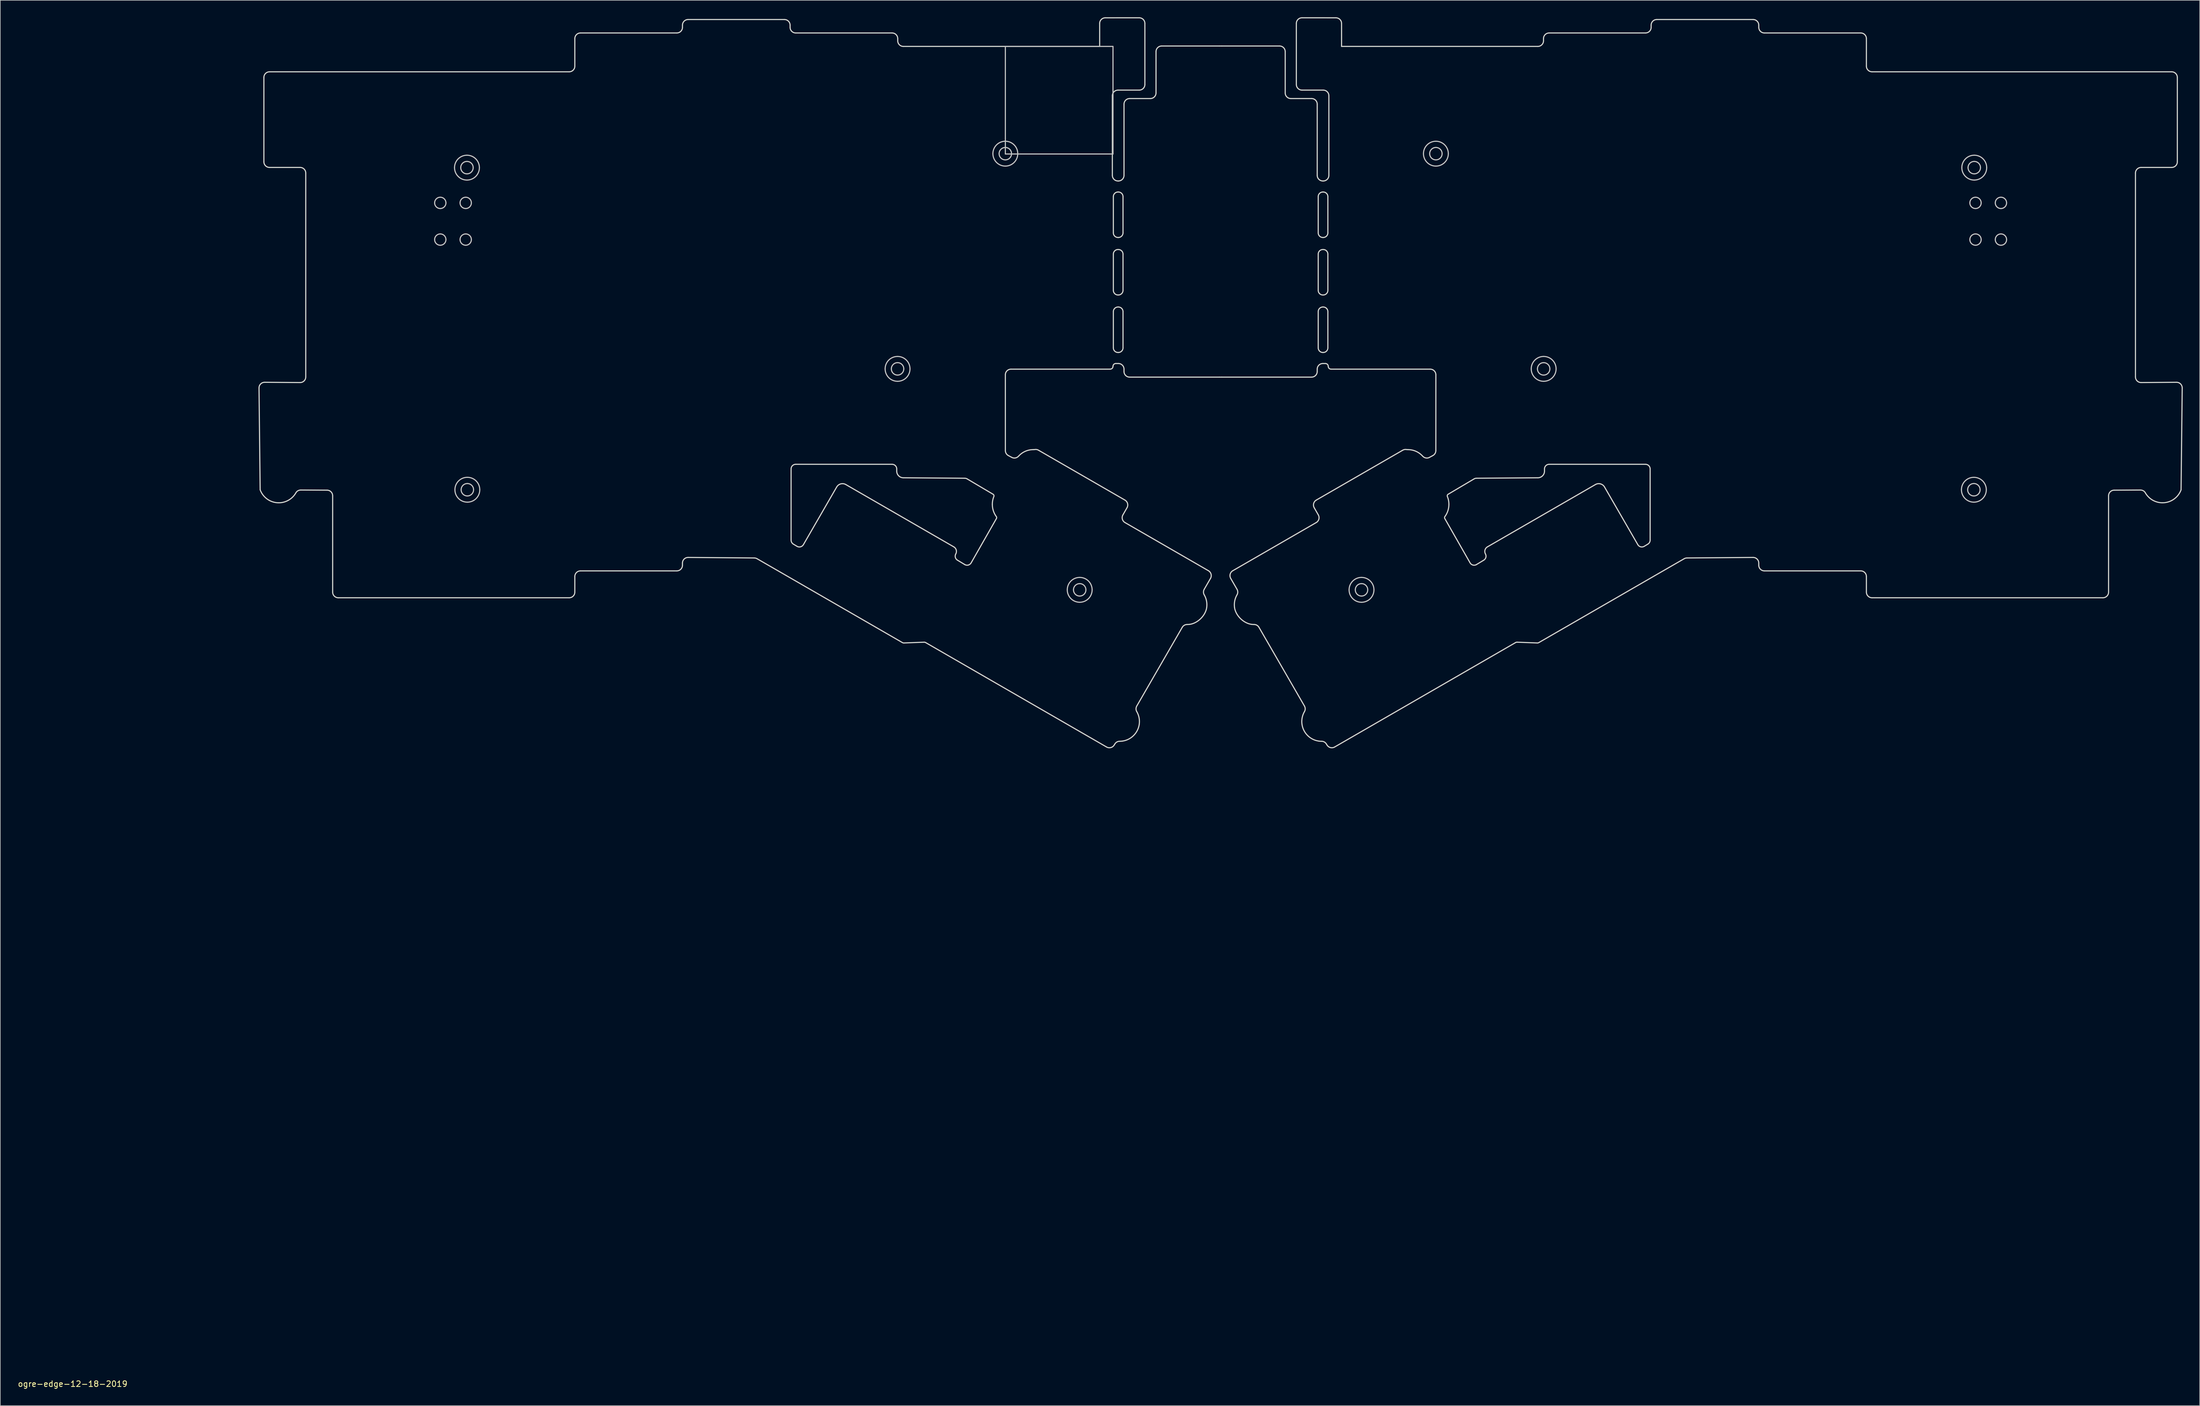
<source format=kicad_pcb>
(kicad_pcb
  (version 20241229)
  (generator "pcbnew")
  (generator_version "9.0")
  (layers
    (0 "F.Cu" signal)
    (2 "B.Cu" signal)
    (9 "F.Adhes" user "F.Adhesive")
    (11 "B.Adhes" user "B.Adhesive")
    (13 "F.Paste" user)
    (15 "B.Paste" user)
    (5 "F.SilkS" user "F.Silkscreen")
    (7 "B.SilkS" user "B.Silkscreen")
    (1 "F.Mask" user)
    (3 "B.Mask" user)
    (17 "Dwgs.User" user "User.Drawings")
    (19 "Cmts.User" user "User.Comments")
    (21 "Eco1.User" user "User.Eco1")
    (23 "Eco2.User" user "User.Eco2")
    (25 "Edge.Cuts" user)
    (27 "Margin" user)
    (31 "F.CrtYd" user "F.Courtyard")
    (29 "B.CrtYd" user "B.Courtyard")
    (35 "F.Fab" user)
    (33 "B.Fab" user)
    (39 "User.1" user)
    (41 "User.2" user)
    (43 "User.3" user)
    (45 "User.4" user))
  (footprint "ogre-edge-12-18-2019"
    (layer "F.Cu")
    (at 9.815 241.504)
    (property "Reference" "ogre-edge-12-18-2019" (at 0 0.5 0) (layer "F.SilkS") (effects (font (size 1 1) (thickness 0.15))))
    (attr through_hole)
    (fp_line (start 165.075 -236.337) (end 184.125 -236.337) (stroke (width 0.2) (type solid)) (layer "Dwgs.User"))
    (fp_line (start 165.075 -217.287) (end 165.075 -236.337) (stroke (width 0.2) (type solid)) (layer "Dwgs.User"))
    (fp_line (start 184.125 -236.337) (end 184.125 -217.287) (stroke (width 0.2) (type solid)) (layer "Dwgs.User"))
    (fp_line (start 184.125 -217.287) (end 165.075 -217.287) (stroke (width 0.2) (type solid)) (layer "Dwgs.User"))
    (fp_curve (pts (xy 64.062 -208.631) (xy 64.062 -209.183) (xy 64.51 -209.631) (xy 65.062 -209.631)) (stroke (width 0.2) (type solid)) (layer "Dwgs.User"))
    (fp_curve (pts (xy 64.062 -202.131) (xy 64.062 -202.683) (xy 64.51 -203.131) (xy 65.062 -203.131)) (stroke (width 0.2) (type solid)) (layer "Dwgs.User"))
    (fp_curve (pts (xy 65.062 -209.631) (xy 65.614 -209.631) (xy 66.062 -209.183) (xy 66.062 -208.631)) (stroke (width 0.2) (type solid)) (layer "Dwgs.User"))
    (fp_curve (pts (xy 65.062 -207.631) (xy 64.51 -207.631) (xy 64.062 -208.078) (xy 64.062 -208.631)) (stroke (width 0.2) (type solid)) (layer "Dwgs.User"))
    (fp_curve (pts (xy 65.062 -203.131) (xy 65.614 -203.131) (xy 66.062 -202.683) (xy 66.062 -202.131)) (stroke (width 0.2) (type solid)) (layer "Dwgs.User"))
    (fp_curve (pts (xy 65.062 -201.131) (xy 64.51 -201.131) (xy 64.062 -201.578) (xy 64.062 -202.131)) (stroke (width 0.2) (type solid)) (layer "Dwgs.User"))
    (fp_curve (pts (xy 66.062 -208.631) (xy 66.062 -208.078) (xy 65.614 -207.631) (xy 65.062 -207.631)) (stroke (width 0.2) (type solid)) (layer "Dwgs.User"))
    (fp_curve (pts (xy 66.062 -202.131) (xy 66.062 -201.578) (xy 65.614 -201.131) (xy 65.062 -201.131)) (stroke (width 0.2) (type solid)) (layer "Dwgs.User"))
    (fp_curve (pts (xy 67.583 -214.87) (xy 67.583 -216.085) (xy 68.568 -217.07) (xy 69.783 -217.07)) (stroke (width 0.2) (type solid)) (layer "Dwgs.User"))
    (fp_curve (pts (xy 67.652 -157.835) (xy 67.652 -159.051) (xy 68.637 -160.035) (xy 69.852 -160.035)) (stroke (width 0.2) (type solid)) (layer "Dwgs.User"))
    (fp_curve (pts (xy 68.562 -208.631) (xy 68.562 -209.183) (xy 69.01 -209.631) (xy 69.562 -209.631)) (stroke (width 0.2) (type solid)) (layer "Dwgs.User"))
    (fp_curve (pts (xy 68.562 -202.131) (xy 68.562 -202.683) (xy 69.01 -203.131) (xy 69.562 -203.131)) (stroke (width 0.2) (type solid)) (layer "Dwgs.User"))
    (fp_curve (pts (xy 68.683 -214.87) (xy 68.683 -215.477) (xy 69.176 -215.97) (xy 69.783 -215.97)) (stroke (width 0.2) (type solid)) (layer "Dwgs.User"))
    (fp_curve (pts (xy 68.752 -157.835) (xy 68.752 -158.443) (xy 69.245 -158.935) (xy 69.852 -158.935)) (stroke (width 0.2) (type solid)) (layer "Dwgs.User"))
    (fp_curve (pts (xy 69.562 -209.631) (xy 70.114 -209.631) (xy 70.562 -209.183) (xy 70.562 -208.631)) (stroke (width 0.2) (type solid)) (layer "Dwgs.User"))
    (fp_curve (pts (xy 69.562 -207.631) (xy 69.01 -207.631) (xy 68.562 -208.078) (xy 68.562 -208.631)) (stroke (width 0.2) (type solid)) (layer "Dwgs.User"))
    (fp_curve (pts (xy 69.562 -203.131) (xy 70.114 -203.131) (xy 70.562 -202.683) (xy 70.562 -202.131)) (stroke (width 0.2) (type solid)) (layer "Dwgs.User"))
    (fp_curve (pts (xy 69.562 -201.131) (xy 69.01 -201.131) (xy 68.562 -201.578) (xy 68.562 -202.131)) (stroke (width 0.2) (type solid)) (layer "Dwgs.User"))
    (fp_curve (pts (xy 69.783 -217.07) (xy 70.998 -217.07) (xy 71.983 -216.085) (xy 71.983 -214.87)) (stroke (width 0.2) (type solid)) (layer "Dwgs.User"))
    (fp_curve (pts (xy 69.783 -212.67) (xy 68.568 -212.67) (xy 67.583 -213.655) (xy 67.583 -214.87)) (stroke (width 0.2) (type solid)) (layer "Dwgs.User"))
    (fp_curve (pts (xy 69.783 -215.97) (xy 70.391 -215.97) (xy 70.883 -215.477) (xy 70.883 -214.87)) (stroke (width 0.2) (type solid)) (layer "Dwgs.User"))
    (fp_curve (pts (xy 69.783 -213.77) (xy 69.176 -213.77) (xy 68.683 -214.262) (xy 68.683 -214.87)) (stroke (width 0.2) (type solid)) (layer "Dwgs.User"))
    (fp_curve (pts (xy 69.852 -160.035) (xy 71.067 -160.035) (xy 72.052 -159.051) (xy 72.052 -157.835)) (stroke (width 0.2) (type solid)) (layer "Dwgs.User"))
    (fp_curve (pts (xy 69.852 -155.635) (xy 68.637 -155.635) (xy 67.652 -156.62) (xy 67.652 -157.835)) (stroke (width 0.2) (type solid)) (layer "Dwgs.User"))
    (fp_curve (pts (xy 69.852 -158.935) (xy 70.46 -158.935) (xy 70.952 -158.443) (xy 70.952 -157.835)) (stroke (width 0.2) (type solid)) (layer "Dwgs.User"))
    (fp_curve (pts (xy 69.852 -156.735) (xy 69.245 -156.735) (xy 68.752 -157.228) (xy 68.752 -157.835)) (stroke (width 0.2) (type solid)) (layer "Dwgs.User"))
    (fp_curve (pts (xy 70.562 -208.631) (xy 70.562 -208.078) (xy 70.114 -207.631) (xy 69.562 -207.631)) (stroke (width 0.2) (type solid)) (layer "Dwgs.User"))
    (fp_curve (pts (xy 70.562 -202.131) (xy 70.562 -201.578) (xy 70.114 -201.131) (xy 69.562 -201.131)) (stroke (width 0.2) (type solid)) (layer "Dwgs.User"))
    (fp_curve (pts (xy 70.883 -214.87) (xy 70.883 -214.262) (xy 70.391 -213.77) (xy 69.783 -213.77)) (stroke (width 0.2) (type solid)) (layer "Dwgs.User"))
    (fp_curve (pts (xy 70.952 -157.835) (xy 70.952 -157.228) (xy 70.46 -156.735) (xy 69.852 -156.735)) (stroke (width 0.2) (type solid)) (layer "Dwgs.User"))
    (fp_curve (pts (xy 71.983 -214.87) (xy 71.983 -213.655) (xy 70.998 -212.67) (xy 69.783 -212.67)) (stroke (width 0.2) (type solid)) (layer "Dwgs.User"))
    (fp_curve (pts (xy 72.052 -157.835) (xy 72.052 -156.62) (xy 71.067 -155.635) (xy 69.852 -155.635)) (stroke (width 0.2) (type solid)) (layer "Dwgs.User"))
    (fp_curve (pts (xy 143.796 -179.238) (xy 143.796 -180.453) (xy 144.781 -181.438) (xy 145.996 -181.438)) (stroke (width 0.2) (type solid)) (layer "Dwgs.User"))
    (fp_curve (pts (xy 144.896 -179.238) (xy 144.896 -179.845) (xy 145.389 -180.338) (xy 145.996 -180.338)) (stroke (width 0.2) (type solid)) (layer "Dwgs.User"))
    (fp_curve (pts (xy 145.996 -181.438) (xy 147.211 -181.438) (xy 148.196 -180.453) (xy 148.196 -179.238)) (stroke (width 0.2) (type solid)) (layer "Dwgs.User"))
    (fp_curve (pts (xy 145.996 -180.338) (xy 146.604 -180.338) (xy 147.096 -179.845) (xy 147.096 -179.238)) (stroke (width 0.2) (type solid)) (layer "Dwgs.User"))
    (fp_curve (pts (xy 145.996 -178.138) (xy 145.389 -178.138) (xy 144.896 -178.63) (xy 144.896 -179.238)) (stroke (width 0.2) (type solid)) (layer "Dwgs.User"))
    (fp_curve (pts (xy 145.996 -177.038) (xy 144.781 -177.038) (xy 143.796 -178.023) (xy 143.796 -179.238)) (stroke (width 0.2) (type solid)) (layer "Dwgs.User"))
    (fp_curve (pts (xy 147.096 -179.238) (xy 147.096 -178.63) (xy 146.604 -178.138) (xy 145.996 -178.138)) (stroke (width 0.2) (type solid)) (layer "Dwgs.User"))
    (fp_curve (pts (xy 148.196 -179.238) (xy 148.196 -178.023) (xy 147.211 -177.038) (xy 145.996 -177.038)) (stroke (width 0.2) (type solid)) (layer "Dwgs.User"))
    (fp_curve (pts (xy 162.87 -217.344) (xy 162.87 -218.559) (xy 163.855 -219.544) (xy 165.07 -219.544)) (stroke (width 0.2) (type solid)) (layer "Dwgs.User"))
    (fp_curve (pts (xy 163.97 -217.344) (xy 163.97 -217.951) (xy 164.463 -218.444) (xy 165.07 -218.444)) (stroke (width 0.2) (type solid)) (layer "Dwgs.User"))
    (fp_curve (pts (xy 165.07 -219.544) (xy 166.285 -219.544) (xy 167.27 -218.559) (xy 167.27 -217.344)) (stroke (width 0.2) (type solid)) (layer "Dwgs.User"))
    (fp_curve (pts (xy 165.07 -218.444) (xy 165.678 -218.444) (xy 166.17 -217.951) (xy 166.17 -217.344)) (stroke (width 0.2) (type solid)) (layer "Dwgs.User"))
    (fp_curve (pts (xy 165.07 -216.244) (xy 164.463 -216.244) (xy 163.97 -216.736) (xy 163.97 -217.344)) (stroke (width 0.2) (type solid)) (layer "Dwgs.User"))
    (fp_curve (pts (xy 165.07 -215.144) (xy 163.855 -215.144) (xy 162.87 -216.129) (xy 162.87 -217.344)) (stroke (width 0.2) (type solid)) (layer "Dwgs.User"))
    (fp_curve (pts (xy 166.17 -217.344) (xy 166.17 -216.736) (xy 165.678 -216.244) (xy 165.07 -216.244)) (stroke (width 0.2) (type solid)) (layer "Dwgs.User"))
    (fp_curve (pts (xy 167.27 -217.344) (xy 167.27 -216.129) (xy 166.285 -215.144) (xy 165.07 -215.144)) (stroke (width 0.2) (type solid)) (layer "Dwgs.User"))
    (fp_curve (pts (xy 176.033 -140.111) (xy 176.033 -141.326) (xy 177.018 -142.311) (xy 178.233 -142.311)) (stroke (width 0.2) (type solid)) (layer "Dwgs.User"))
    (fp_curve (pts (xy 177.133 -140.111) (xy 177.133 -140.718) (xy 177.626 -141.211) (xy 178.233 -141.211)) (stroke (width 0.2) (type solid)) (layer "Dwgs.User"))
    (fp_curve (pts (xy 178.233 -142.311) (xy 179.448 -142.311) (xy 180.433 -141.326) (xy 180.433 -140.111)) (stroke (width 0.2) (type solid)) (layer "Dwgs.User"))
    (fp_curve (pts (xy 178.233 -141.211) (xy 178.841 -141.211) (xy 179.333 -140.718) (xy 179.333 -140.111)) (stroke (width 0.2) (type solid)) (layer "Dwgs.User"))
    (fp_curve (pts (xy 178.233 -139.011) (xy 177.626 -139.011) (xy 177.133 -139.503) (xy 177.133 -140.111)) (stroke (width 0.2) (type solid)) (layer "Dwgs.User"))
    (fp_curve (pts (xy 178.233 -137.911) (xy 177.018 -137.911) (xy 176.033 -138.896) (xy 176.033 -140.111)) (stroke (width 0.2) (type solid)) (layer "Dwgs.User"))
    (fp_curve (pts (xy 179.333 -140.111) (xy 179.333 -139.503) (xy 178.841 -139.011) (xy 178.233 -139.011)) (stroke (width 0.2) (type solid)) (layer "Dwgs.User"))
    (fp_curve (pts (xy 180.433 -140.111) (xy 180.433 -138.896) (xy 179.448 -137.911) (xy 178.233 -137.911)) (stroke (width 0.2) (type solid)) (layer "Dwgs.User"))
    (fp_curve (pts (xy 225.913 -140.111) (xy 225.913 -138.896) (xy 226.898 -137.911) (xy 228.113 -137.911)) (stroke (width 0.2) (type solid)) (layer "Dwgs.User"))
    (fp_curve (pts (xy 227.013 -140.111) (xy 227.013 -139.503) (xy 227.506 -139.011) (xy 228.113 -139.011)) (stroke (width 0.2) (type solid)) (layer "Dwgs.User"))
    (fp_curve (pts (xy 228.113 -142.311) (xy 226.898 -142.311) (xy 225.913 -141.326) (xy 225.913 -140.111)) (stroke (width 0.2) (type solid)) (layer "Dwgs.User"))
    (fp_curve (pts (xy 228.113 -141.211) (xy 227.506 -141.211) (xy 227.013 -140.718) (xy 227.013 -140.111)) (stroke (width 0.2) (type solid)) (layer "Dwgs.User"))
    (fp_curve (pts (xy 228.113 -139.011) (xy 228.721 -139.011) (xy 229.213 -139.503) (xy 229.213 -140.111)) (stroke (width 0.2) (type solid)) (layer "Dwgs.User"))
    (fp_curve (pts (xy 228.113 -137.911) (xy 229.328 -137.911) (xy 230.313 -138.896) (xy 230.313 -140.111)) (stroke (width 0.2) (type solid)) (layer "Dwgs.User"))
    (fp_curve (pts (xy 229.213 -140.111) (xy 229.213 -140.718) (xy 228.721 -141.211) (xy 228.113 -141.211)) (stroke (width 0.2) (type solid)) (layer "Dwgs.User"))
    (fp_curve (pts (xy 230.313 -140.111) (xy 230.313 -141.326) (xy 229.328 -142.311) (xy 228.113 -142.311)) (stroke (width 0.2) (type solid)) (layer "Dwgs.User"))
    (fp_curve (pts (xy 239.076 -217.344) (xy 239.076 -216.129) (xy 240.061 -215.144) (xy 241.276 -215.144)) (stroke (width 0.2) (type solid)) (layer "Dwgs.User"))
    (fp_curve (pts (xy 240.176 -217.344) (xy 240.176 -216.736) (xy 240.669 -216.244) (xy 241.276 -216.244)) (stroke (width 0.2) (type solid)) (layer "Dwgs.User"))
    (fp_curve (pts (xy 241.276 -219.544) (xy 240.061 -219.544) (xy 239.076 -218.559) (xy 239.076 -217.344)) (stroke (width 0.2) (type solid)) (layer "Dwgs.User"))
    (fp_curve (pts (xy 241.276 -218.444) (xy 240.669 -218.444) (xy 240.176 -217.951) (xy 240.176 -217.344)) (stroke (width 0.2) (type solid)) (layer "Dwgs.User"))
    (fp_curve (pts (xy 241.276 -216.244) (xy 241.884 -216.244) (xy 242.376 -216.736) (xy 242.376 -217.344)) (stroke (width 0.2) (type solid)) (layer "Dwgs.User"))
    (fp_curve (pts (xy 241.276 -215.144) (xy 242.491 -215.144) (xy 243.476 -216.129) (xy 243.476 -217.344)) (stroke (width 0.2) (type solid)) (layer "Dwgs.User"))
    (fp_curve (pts (xy 242.376 -217.344) (xy 242.376 -217.951) (xy 241.884 -218.444) (xy 241.276 -218.444)) (stroke (width 0.2) (type solid)) (layer "Dwgs.User"))
    (fp_curve (pts (xy 243.476 -217.344) (xy 243.476 -218.559) (xy 242.491 -219.544) (xy 241.276 -219.544)) (stroke (width 0.2) (type solid)) (layer "Dwgs.User"))
    (fp_curve (pts (xy 258.15 -179.238) (xy 258.15 -178.023) (xy 259.135 -177.038) (xy 260.35 -177.038)) (stroke (width 0.2) (type solid)) (layer "Dwgs.User"))
    (fp_curve (pts (xy 259.25 -179.238) (xy 259.25 -178.63) (xy 259.743 -178.138) (xy 260.35 -178.138)) (stroke (width 0.2) (type solid)) (layer "Dwgs.User"))
    (fp_curve (pts (xy 260.35 -181.438) (xy 259.135 -181.438) (xy 258.15 -180.453) (xy 258.15 -179.238)) (stroke (width 0.2) (type solid)) (layer "Dwgs.User"))
    (fp_curve (pts (xy 260.35 -180.338) (xy 259.743 -180.338) (xy 259.25 -179.845) (xy 259.25 -179.238)) (stroke (width 0.2) (type solid)) (layer "Dwgs.User"))
    (fp_curve (pts (xy 260.35 -178.138) (xy 260.958 -178.138) (xy 261.45 -178.63) (xy 261.45 -179.238)) (stroke (width 0.2) (type solid)) (layer "Dwgs.User"))
    (fp_curve (pts (xy 260.35 -177.038) (xy 261.565 -177.038) (xy 262.55 -178.023) (xy 262.55 -179.238)) (stroke (width 0.2) (type solid)) (layer "Dwgs.User"))
    (fp_curve (pts (xy 261.45 -179.238) (xy 261.45 -179.845) (xy 260.958 -180.338) (xy 260.35 -180.338)) (stroke (width 0.2) (type solid)) (layer "Dwgs.User"))
    (fp_curve (pts (xy 262.55 -179.238) (xy 262.55 -180.453) (xy 261.565 -181.438) (xy 260.35 -181.438)) (stroke (width 0.2) (type solid)) (layer "Dwgs.User"))
    (fp_curve (pts (xy 334.294 -157.835) (xy 334.294 -156.62) (xy 335.279 -155.635) (xy 336.494 -155.635)) (stroke (width 0.2) (type solid)) (layer "Dwgs.User"))
    (fp_curve (pts (xy 334.363 -214.87) (xy 334.363 -213.655) (xy 335.348 -212.67) (xy 336.563 -212.67)) (stroke (width 0.2) (type solid)) (layer "Dwgs.User"))
    (fp_curve (pts (xy 335.394 -157.835) (xy 335.394 -157.228) (xy 335.887 -156.735) (xy 336.494 -156.735)) (stroke (width 0.2) (type solid)) (layer "Dwgs.User"))
    (fp_curve (pts (xy 335.463 -214.87) (xy 335.463 -214.262) (xy 335.956 -213.77) (xy 336.563 -213.77)) (stroke (width 0.2) (type solid)) (layer "Dwgs.User"))
    (fp_curve (pts (xy 335.785 -208.631) (xy 335.785 -208.078) (xy 336.232 -207.631) (xy 336.785 -207.631)) (stroke (width 0.2) (type solid)) (layer "Dwgs.User"))
    (fp_curve (pts (xy 335.785 -202.131) (xy 335.785 -201.578) (xy 336.232 -201.131) (xy 336.785 -201.131)) (stroke (width 0.2) (type solid)) (layer "Dwgs.User"))
    (fp_curve (pts (xy 336.494 -158.935) (xy 335.887 -158.935) (xy 335.394 -158.443) (xy 335.394 -157.835)) (stroke (width 0.2) (type solid)) (layer "Dwgs.User"))
    (fp_curve (pts (xy 336.494 -156.735) (xy 337.102 -156.735) (xy 337.594 -157.228) (xy 337.594 -157.835)) (stroke (width 0.2) (type solid)) (layer "Dwgs.User"))
    (fp_curve (pts (xy 336.494 -160.035) (xy 335.279 -160.035) (xy 334.294 -159.051) (xy 334.294 -157.835)) (stroke (width 0.2) (type solid)) (layer "Dwgs.User"))
    (fp_curve (pts (xy 336.494 -155.635) (xy 337.709 -155.635) (xy 338.694 -156.62) (xy 338.694 -157.835)) (stroke (width 0.2) (type solid)) (layer "Dwgs.User"))
    (fp_curve (pts (xy 336.563 -215.97) (xy 335.956 -215.97) (xy 335.463 -215.477) (xy 335.463 -214.87)) (stroke (width 0.2) (type solid)) (layer "Dwgs.User"))
    (fp_curve (pts (xy 336.563 -213.77) (xy 337.171 -213.77) (xy 337.663 -214.262) (xy 337.663 -214.87)) (stroke (width 0.2) (type solid)) (layer "Dwgs.User"))
    (fp_curve (pts (xy 336.563 -217.07) (xy 335.348 -217.07) (xy 334.363 -216.085) (xy 334.363 -214.87)) (stroke (width 0.2) (type solid)) (layer "Dwgs.User"))
    (fp_curve (pts (xy 336.563 -212.67) (xy 337.778 -212.67) (xy 338.763 -213.655) (xy 338.763 -214.87)) (stroke (width 0.2) (type solid)) (layer "Dwgs.User"))
    (fp_curve (pts (xy 336.785 -209.631) (xy 336.232 -209.631) (xy 335.785 -209.183) (xy 335.785 -208.631)) (stroke (width 0.2) (type solid)) (layer "Dwgs.User"))
    (fp_curve (pts (xy 336.785 -207.631) (xy 337.337 -207.631) (xy 337.785 -208.078) (xy 337.785 -208.631)) (stroke (width 0.2) (type solid)) (layer "Dwgs.User"))
    (fp_curve (pts (xy 336.785 -203.131) (xy 336.232 -203.131) (xy 335.785 -202.683) (xy 335.785 -202.131)) (stroke (width 0.2) (type solid)) (layer "Dwgs.User"))
    (fp_curve (pts (xy 336.785 -201.131) (xy 337.337 -201.131) (xy 337.785 -201.578) (xy 337.785 -202.131)) (stroke (width 0.2) (type solid)) (layer "Dwgs.User"))
    (fp_curve (pts (xy 337.594 -157.835) (xy 337.594 -158.443) (xy 337.102 -158.935) (xy 336.494 -158.935)) (stroke (width 0.2) (type solid)) (layer "Dwgs.User"))
    (fp_curve (pts (xy 337.663 -214.87) (xy 337.663 -215.477) (xy 337.171 -215.97) (xy 336.563 -215.97)) (stroke (width 0.2) (type solid)) (layer "Dwgs.User"))
    (fp_curve (pts (xy 337.785 -208.631) (xy 337.785 -209.183) (xy 337.337 -209.631) (xy 336.785 -209.631)) (stroke (width 0.2) (type solid)) (layer "Dwgs.User"))
    (fp_curve (pts (xy 337.785 -202.131) (xy 337.785 -202.683) (xy 337.337 -203.131) (xy 336.785 -203.131)) (stroke (width 0.2) (type solid)) (layer "Dwgs.User"))
    (fp_curve (pts (xy 338.694 -157.835) (xy 338.694 -159.051) (xy 337.709 -160.035) (xy 336.494 -160.035)) (stroke (width 0.2) (type solid)) (layer "Dwgs.User"))
    (fp_curve (pts (xy 338.763 -214.87) (xy 338.763 -216.085) (xy 337.778 -217.07) (xy 336.563 -217.07)) (stroke (width 0.2) (type solid)) (layer "Dwgs.User"))
    (fp_curve (pts (xy 340.285 -208.631) (xy 340.285 -208.078) (xy 340.732 -207.631) (xy 341.285 -207.631)) (stroke (width 0.2) (type solid)) (layer "Dwgs.User"))
    (fp_curve (pts (xy 340.285 -202.131) (xy 340.285 -201.578) (xy 340.732 -201.131) (xy 341.285 -201.131)) (stroke (width 0.2) (type solid)) (layer "Dwgs.User"))
    (fp_curve (pts (xy 341.285 -209.631) (xy 340.732 -209.631) (xy 340.285 -209.183) (xy 340.285 -208.631)) (stroke (width 0.2) (type solid)) (layer "Dwgs.User"))
    (fp_curve (pts (xy 341.285 -207.631) (xy 341.837 -207.631) (xy 342.285 -208.078) (xy 342.285 -208.631)) (stroke (width 0.2) (type solid)) (layer "Dwgs.User"))
    (fp_curve (pts (xy 341.285 -203.131) (xy 340.732 -203.131) (xy 340.285 -202.683) (xy 340.285 -202.131)) (stroke (width 0.2) (type solid)) (layer "Dwgs.User"))
    (fp_curve (pts (xy 341.285 -201.131) (xy 341.837 -201.131) (xy 342.285 -201.578) (xy 342.285 -202.131)) (stroke (width 0.2) (type solid)) (layer "Dwgs.User"))
    (fp_curve (pts (xy 342.285 -208.631) (xy 342.285 -209.183) (xy 341.837 -209.631) (xy 341.285 -209.631)) (stroke (width 0.2) (type solid)) (layer "Dwgs.User"))
    (fp_curve (pts (xy 342.285 -202.131) (xy 342.285 -202.683) (xy 341.837 -203.131) (xy 341.285 -203.131)) (stroke (width 0.2) (type solid)) (layer "Dwgs.User"))
    (fp_curve (pts (xy 32.978 -175.851) (xy 32.978 -175.851) (xy 33.181 -157.818) (xy 33.181 -157.818)) (stroke (width 0.2) (type solid)) (layer "Edge.Cuts"))
    (fp_curve (pts (xy 33.181 -157.818) (xy 33.673 -156.48) (xy 34.959 -155.526) (xy 36.467 -155.526)) (stroke (width 0.2) (type solid)) (layer "Edge.Cuts"))
    (fp_curve (pts (xy 33.841 -230.84) (xy 33.841 -230.84) (xy 33.841 -215.907) (xy 33.841 -215.907)) (stroke (width 0.2) (type solid)) (layer "Edge.Cuts"))
    (fp_curve (pts (xy 33.841 -215.907) (xy 33.841 -215.355) (xy 34.289 -214.907) (xy 34.841 -214.907)) (stroke (width 0.2) (type solid)) (layer "Edge.Cuts"))
    (fp_curve (pts (xy 33.986 -176.862) (xy 33.426 -176.867) (xy 32.972 -176.411) (xy 32.978 -175.851)) (stroke (width 0.2) (type solid)) (layer "Edge.Cuts"))
    (fp_curve (pts (xy 34.841 -231.84) (xy 34.289 -231.84) (xy 33.841 -231.392) (xy 33.841 -230.84)) (stroke (width 0.2) (type solid)) (layer "Edge.Cuts"))
    (fp_curve (pts (xy 34.841 -214.907) (xy 34.841 -214.907) (xy 40.252 -214.907) (xy 40.252 -214.907)) (stroke (width 0.2) (type solid)) (layer "Edge.Cuts"))
    (fp_curve (pts (xy 36.467 -155.526) (xy 37.775 -155.526) (xy 38.915 -156.244) (xy 39.516 -157.306)) (stroke (width 0.2) (type solid)) (layer "Edge.Cuts"))
    (fp_curve (pts (xy 39.516 -157.306) (xy 39.687 -157.61) (xy 40.022 -157.785) (xy 40.371 -157.783)) (stroke (width 0.2) (type solid)) (layer "Edge.Cuts"))
    (fp_curve (pts (xy 40.245 -176.815) (xy 40.245 -176.815) (xy 33.986 -176.862) (xy 33.986 -176.862)) (stroke (width 0.2) (type solid)) (layer "Edge.Cuts"))
    (fp_curve (pts (xy 40.252 -214.907) (xy 40.804 -214.907) (xy 41.252 -214.459) (xy 41.252 -213.907)) (stroke (width 0.2) (type solid)) (layer "Edge.Cuts"))
    (fp_curve (pts (xy 40.371 -157.783) (xy 41.464 -157.778) (xy 43.715 -157.767) (xy 45.019 -157.761)) (stroke (width 0.2) (type solid)) (layer "Edge.Cuts"))
    (fp_curve (pts (xy 41.252 -213.907) (xy 41.252 -213.907) (xy 41.252 -177.815) (xy 41.252 -177.815)) (stroke (width 0.2) (type solid)) (layer "Edge.Cuts"))
    (fp_curve (pts (xy 41.252 -177.815) (xy 41.252 -177.259) (xy 40.8 -176.81) (xy 40.245 -176.815)) (stroke (width 0.2) (type solid)) (layer "Edge.Cuts"))
    (fp_curve (pts (xy 45.019 -157.761) (xy 45.57 -157.759) (xy 46.012 -157.312) (xy 46.012 -156.761)) (stroke (width 0.2) (type solid)) (layer "Edge.Cuts"))
    (fp_curve (pts (xy 46.012 -156.761) (xy 46.012 -156.761) (xy 46.012 -139.707) (xy 46.012 -139.707)) (stroke (width 0.2) (type solid)) (layer "Edge.Cuts"))
    (fp_curve (pts (xy 46.012 -139.707) (xy 46.012 -139.155) (xy 46.46 -138.707) (xy 47.012 -138.707)) (stroke (width 0.2) (type solid)) (layer "Edge.Cuts"))
    (fp_curve (pts (xy 47.012 -138.707) (xy 47.012 -138.707) (xy 87.875 -138.707) (xy 87.875 -138.707)) (stroke (width 0.2) (type solid)) (layer "Edge.Cuts"))
    (fp_curve (pts (xy 87.875 -231.84) (xy 87.875 -231.84) (xy 34.841 -231.84) (xy 34.841 -231.84)) (stroke (width 0.2) (type solid)) (layer "Edge.Cuts"))
    (fp_curve (pts (xy 87.875 -138.707) (xy 88.427 -138.707) (xy 88.875 -139.155) (xy 88.875 -139.707)) (stroke (width 0.2) (type solid)) (layer "Edge.Cuts"))
    (fp_curve (pts (xy 88.875 -237.717) (xy 88.875 -237.717) (xy 88.875 -232.84) (xy 88.875 -232.84)) (stroke (width 0.2) (type solid)) (layer "Edge.Cuts"))
    (fp_curve (pts (xy 88.875 -232.84) (xy 88.875 -232.288) (xy 88.427 -231.84) (xy 87.875 -231.84)) (stroke (width 0.2) (type solid)) (layer "Edge.Cuts"))
    (fp_curve (pts (xy 88.875 -142.467) (xy 88.875 -143.019) (xy 89.322 -143.467) (xy 89.875 -143.467)) (stroke (width 0.2) (type solid)) (layer "Edge.Cuts"))
    (fp_curve (pts (xy 88.875 -139.707) (xy 88.875 -139.707) (xy 88.875 -142.467) (xy 88.875 -142.467)) (stroke (width 0.2) (type solid)) (layer "Edge.Cuts"))
    (fp_curve (pts (xy 89.875 -238.717) (xy 89.322 -238.717) (xy 88.875 -238.269) (xy 88.875 -237.717)) (stroke (width 0.2) (type solid)) (layer "Edge.Cuts"))
    (fp_curve (pts (xy 89.875 -143.467) (xy 89.875 -143.467) (xy 106.925 -143.467) (xy 106.925 -143.467)) (stroke (width 0.2) (type solid)) (layer "Edge.Cuts"))
    (fp_curve (pts (xy 106.925 -238.717) (xy 106.925 -238.717) (xy 89.875 -238.717) (xy 89.875 -238.717)) (stroke (width 0.2) (type solid)) (layer "Edge.Cuts"))
    (fp_curve (pts (xy 106.925 -143.467) (xy 107.477 -143.467) (xy 107.925 -143.915) (xy 107.925 -144.467)) (stroke (width 0.2) (type solid)) (layer "Edge.Cuts"))
    (fp_curve (pts (xy 107.925 -240.097) (xy 107.925 -240.097) (xy 107.925 -239.717) (xy 107.925 -239.717)) (stroke (width 0.2) (type solid)) (layer "Edge.Cuts"))
    (fp_curve (pts (xy 107.925 -239.717) (xy 107.925 -239.165) (xy 107.477 -238.717) (xy 106.925 -238.717)) (stroke (width 0.2) (type solid)) (layer "Edge.Cuts"))
    (fp_curve (pts (xy 107.925 -144.849) (xy 107.925 -145.404) (xy 108.377 -145.853) (xy 108.933 -145.849)) (stroke (width 0.2) (type solid)) (layer "Edge.Cuts"))
    (fp_curve (pts (xy 107.925 -144.467) (xy 107.925 -144.467) (xy 107.925 -144.849) (xy 107.925 -144.849)) (stroke (width 0.2) (type solid)) (layer "Edge.Cuts"))
    (fp_curve (pts (xy 108.925 -241.097) (xy 108.372 -241.097) (xy 107.925 -240.649) (xy 107.925 -240.097)) (stroke (width 0.2) (type solid)) (layer "Edge.Cuts"))
    (fp_curve (pts (xy 108.933 -145.849) (xy 108.933 -145.849) (xy 120.634 -145.755) (xy 120.634 -145.755)) (stroke (width 0.2) (type solid)) (layer "Edge.Cuts"))
    (fp_curve (pts (xy 120.634 -145.755) (xy 120.807 -145.754) (xy 120.976 -145.707) (xy 121.126 -145.621)) (stroke (width 0.2) (type solid)) (layer "Edge.Cuts"))
    (fp_curve (pts (xy 121.126 -145.621) (xy 121.126 -145.621) (xy 126.355 -142.606) (xy 126.355 -142.606)) (stroke (width 0.2) (type solid)) (layer "Edge.Cuts"))
    (fp_curve (pts (xy 125.975 -241.097) (xy 125.975 -241.097) (xy 108.925 -241.097) (xy 108.925 -241.097)) (stroke (width 0.2) (type solid)) (layer "Edge.Cuts"))
    (fp_curve (pts (xy 126.355 -142.606) (xy 126.355 -142.606) (xy 146.852 -130.77) (xy 146.852 -130.77)) (stroke (width 0.2) (type solid)) (layer "Edge.Cuts"))
    (fp_curve (pts (xy 126.975 -240.097) (xy 126.975 -240.649) (xy 126.527 -241.097) (xy 125.975 -241.097)) (stroke (width 0.2) (type solid)) (layer "Edge.Cuts"))
    (fp_curve (pts (xy 126.975 -239.717) (xy 126.975 -239.717) (xy 126.975 -240.097) (xy 126.975 -240.097)) (stroke (width 0.2) (type solid)) (layer "Edge.Cuts"))
    (fp_curve (pts (xy 127.151 -161.517) (xy 127.151 -161.517) (xy 127.151 -148.913) (xy 127.151 -148.913)) (stroke (width 0.2) (type solid)) (layer "Edge.Cuts"))
    (fp_curve (pts (xy 127.151 -148.913) (xy 127.151 -148.625) (xy 127.304 -148.354) (xy 127.551 -148.206)) (stroke (width 0.2) (type solid)) (layer "Edge.Cuts"))
    (fp_curve (pts (xy 127.551 -148.206) (xy 127.551 -148.206) (xy 128.195 -147.82) (xy 128.195 -147.82)) (stroke (width 0.2) (type solid)) (layer "Edge.Cuts"))
    (fp_curve (pts (xy 127.975 -238.717) (xy 127.422 -238.717) (xy 126.975 -239.165) (xy 126.975 -239.717)) (stroke (width 0.2) (type solid)) (layer "Edge.Cuts"))
    (fp_curve (pts (xy 127.975 -162.341) (xy 127.521 -162.341) (xy 127.151 -161.971) (xy 127.151 -161.517)) (stroke (width 0.2) (type solid)) (layer "Edge.Cuts"))
    (fp_curve (pts (xy 128.195 -147.82) (xy 128.386 -147.705) (xy 128.61 -147.673) (xy 128.825 -147.729)) (stroke (width 0.2) (type solid)) (layer "Edge.Cuts"))
    (fp_curve (pts (xy 128.825 -147.729) (xy 129.041 -147.785) (xy 129.221 -147.922) (xy 129.332 -148.114)) (stroke (width 0.2) (type solid)) (layer "Edge.Cuts"))
    (fp_curve (pts (xy 129.332 -148.114) (xy 129.332 -148.114) (xy 135.227 -158.325) (xy 135.227 -158.325)) (stroke (width 0.2) (type solid)) (layer "Edge.Cuts"))
    (fp_curve (pts (xy 135.227 -158.325) (xy 135.445 -158.702) (xy 135.841 -158.913) (xy 136.248 -158.913)) (stroke (width 0.2) (type solid)) (layer "Edge.Cuts"))
    (fp_curve (pts (xy 136.248 -158.913) (xy 136.447 -158.913) (xy 136.649 -158.863) (xy 136.834 -158.756)) (stroke (width 0.2) (type solid)) (layer "Edge.Cuts"))
    (fp_curve (pts (xy 136.834 -158.756) (xy 136.834 -158.756) (xy 155.953 -147.718) (xy 155.953 -147.718)) (stroke (width 0.2) (type solid)) (layer "Edge.Cuts"))
    (fp_curve (pts (xy 145.025 -162.341) (xy 145.025 -162.341) (xy 127.975 -162.341) (xy 127.975 -162.341)) (stroke (width 0.2) (type solid)) (layer "Edge.Cuts"))
    (fp_curve (pts (xy 145.025 -238.717) (xy 145.025 -238.717) (xy 127.975 -238.717) (xy 127.975 -238.717)) (stroke (width 0.2) (type solid)) (layer "Edge.Cuts"))
    (fp_curve (pts (xy 145.848 -161.517) (xy 145.848 -161.971) (xy 145.479 -162.341) (xy 145.025 -162.341)) (stroke (width 0.2) (type solid)) (layer "Edge.Cuts"))
    (fp_curve (pts (xy 145.848 -161.13) (xy 145.848 -161.13) (xy 145.848 -161.517) (xy 145.848 -161.517)) (stroke (width 0.2) (type solid)) (layer "Edge.Cuts"))
    (fp_curve (pts (xy 146.025 -237.717) (xy 146.025 -238.269) (xy 145.577 -238.717) (xy 145.025 -238.717)) (stroke (width 0.2) (type solid)) (layer "Edge.Cuts"))
    (fp_curve (pts (xy 146.025 -237.337) (xy 146.025 -237.337) (xy 146.025 -237.717) (xy 146.025 -237.717)) (stroke (width 0.2) (type solid)) (layer "Edge.Cuts"))
    (fp_curve (pts (xy 146.852 -130.77) (xy 146.934 -130.723) (xy 147.027 -130.7) (xy 147.121 -130.704)) (stroke (width 0.2) (type solid)) (layer "Edge.Cuts"))
    (fp_curve (pts (xy 147.016 -159.953) (xy 146.372 -159.958) (xy 145.848 -160.485) (xy 145.848 -161.13)) (stroke (width 0.2) (type solid)) (layer "Edge.Cuts"))
    (fp_curve (pts (xy 147.025 -236.337) (xy 146.472 -236.337) (xy 146.025 -236.785) (xy 146.025 -237.337)) (stroke (width 0.2) (type solid)) (layer "Edge.Cuts"))
    (fp_curve (pts (xy 147.121 -130.704) (xy 147.121 -130.704) (xy 150.696 -130.84) (xy 150.696 -130.84)) (stroke (width 0.2) (type solid)) (layer "Edge.Cuts"))
    (fp_curve (pts (xy 150.696 -130.84) (xy 150.79 -130.844) (xy 150.883 -130.821) (xy 150.965 -130.774)) (stroke (width 0.2) (type solid)) (layer "Edge.Cuts"))
    (fp_curve (pts (xy 150.965 -130.774) (xy 150.965 -130.774) (xy 182.986 -112.283) (xy 182.986 -112.283)) (stroke (width 0.2) (type solid)) (layer "Edge.Cuts"))
    (fp_curve (pts (xy 155.953 -147.718) (xy 156.387 -147.468) (xy 156.543 -146.908) (xy 156.301 -146.469)) (stroke (width 0.2) (type solid)) (layer "Edge.Cuts"))
    (fp_curve (pts (xy 156.301 -146.469) (xy 156.086 -146.08) (xy 156.216 -145.596) (xy 156.596 -145.366)) (stroke (width 0.2) (type solid)) (layer "Edge.Cuts"))
    (fp_curve (pts (xy 156.596 -145.366) (xy 156.596 -145.366) (xy 157.878 -144.592) (xy 157.878 -144.592)) (stroke (width 0.2) (type solid)) (layer "Edge.Cuts"))
    (fp_curve (pts (xy 157.878 -144.592) (xy 157.878 -144.592) (xy 157.878 -144.592) (xy 157.878 -144.592)) (stroke (width 0.2) (type solid)) (layer "Edge.Cuts"))
    (fp_curve (pts (xy 157.878 -144.592) (xy 158.069 -144.477) (xy 158.294 -144.444) (xy 158.511 -144.5)) (stroke (width 0.2) (type solid)) (layer "Edge.Cuts"))
    (fp_curve (pts (xy 157.89 -159.873) (xy 157.89 -159.873) (xy 147.016 -159.953) (xy 147.016 -159.953)) (stroke (width 0.2) (type solid)) (layer "Edge.Cuts"))
    (fp_curve (pts (xy 158.303 -159.759) (xy 158.178 -159.833) (xy 158.035 -159.872) (xy 157.89 -159.873)) (stroke (width 0.2) (type solid)) (layer "Edge.Cuts"))
    (fp_curve (pts (xy 158.511 -144.5) (xy 158.727 -144.557) (xy 158.908 -144.695) (xy 159.019 -144.889)) (stroke (width 0.2) (type solid)) (layer "Edge.Cuts"))
    (fp_curve (pts (xy 159.019 -144.889) (xy 159.019 -144.889) (xy 163.493 -152.733) (xy 163.493 -152.733)) (stroke (width 0.2) (type solid)) (layer "Edge.Cuts"))
    (fp_curve (pts (xy 162.769 -155.248) (xy 162.769 -155.724) (xy 162.858 -156.188) (xy 163.036 -156.626)) (stroke (width 0.2) (type solid)) (layer "Edge.Cuts"))
    (fp_curve (pts (xy 162.905 -157.033) (xy 162.905 -157.033) (xy 158.303 -159.759) (xy 158.303 -159.759)) (stroke (width 0.2) (type solid)) (layer "Edge.Cuts"))
    (fp_curve (pts (xy 163.036 -156.626) (xy 163.098 -156.78) (xy 163.043 -156.951) (xy 162.905 -157.033)) (stroke (width 0.2) (type solid)) (layer "Edge.Cuts"))
    (fp_curve (pts (xy 163.481 -153.073) (xy 163.015 -153.706) (xy 162.769 -154.458) (xy 162.769 -155.248)) (stroke (width 0.2) (type solid)) (layer "Edge.Cuts"))
    (fp_curve (pts (xy 163.493 -152.733) (xy 163.556 -152.843) (xy 163.551 -152.977) (xy 163.481 -153.073)) (stroke (width 0.2) (type solid)) (layer "Edge.Cuts"))
    (fp_curve (pts (xy 165.075 -178.187) (xy 165.075 -178.739) (xy 165.522 -179.187) (xy 166.075 -179.187)) (stroke (width 0.2) (type solid)) (layer "Edge.Cuts"))
    (fp_curve (pts (xy 165.078 -164.77) (xy 165.078 -164.77) (xy 165.075 -178.187) (xy 165.075 -178.187)) (stroke (width 0.2) (type solid)) (layer "Edge.Cuts"))
    (fp_curve (pts (xy 165.607 -163.888) (xy 165.282 -164.062) (xy 165.078 -164.401) (xy 165.078 -164.77)) (stroke (width 0.2) (type solid)) (layer "Edge.Cuts"))
    (fp_curve (pts (xy 166.075 -179.187) (xy 166.075 -179.187) (xy 183.625 -179.187) (xy 183.625 -179.187)) (stroke (width 0.2) (type solid)) (layer "Edge.Cuts"))
    (fp_curve (pts (xy 166.22 -163.561) (xy 166.22 -163.561) (xy 165.607 -163.888) (xy 165.607 -163.888)) (stroke (width 0.2) (type solid)) (layer "Edge.Cuts"))
    (fp_curve (pts (xy 167.425 -163.792) (xy 167.116 -163.451) (xy 166.626 -163.344) (xy 166.22 -163.561)) (stroke (width 0.2) (type solid)) (layer "Edge.Cuts"))
    (fp_curve (pts (xy 170.015 -164.938) (xy 168.988 -164.938) (xy 168.065 -164.496) (xy 167.425 -163.792)) (stroke (width 0.2) (type solid)) (layer "Edge.Cuts"))
    (fp_curve (pts (xy 170.02 -164.937) (xy 170.02 -164.937) (xy 170.015 -164.938) (xy 170.015 -164.938)) (stroke (width 0.2) (type solid)) (layer "Edge.Cuts"))
    (fp_curve (pts (xy 170.292 -164.958) (xy 170.212 -164.946) (xy 170.12 -164.937) (xy 170.02 -164.937)) (stroke (width 0.2) (type solid)) (layer "Edge.Cuts"))
    (fp_curve (pts (xy 170.94 -164.835) (xy 170.744 -164.949) (xy 170.516 -164.991) (xy 170.292 -164.958)) (stroke (width 0.2) (type solid)) (layer "Edge.Cuts"))
    (fp_curve (pts (xy 181.766 -240.402) (xy 181.766 -240.402) (xy 181.766 -236.337) (xy 181.766 -236.337)) (stroke (width 0.2) (type solid)) (layer "Edge.Cuts"))
    (fp_curve (pts (xy 181.766 -236.337) (xy 181.766 -236.337) (xy 147.025 -236.337) (xy 147.025 -236.337)) (stroke (width 0.2) (type solid)) (layer "Edge.Cuts"))
    (fp_curve (pts (xy 182.766 -241.402) (xy 182.213 -241.402) (xy 181.766 -240.954) (xy 181.766 -240.402)) (stroke (width 0.2) (type solid)) (layer "Edge.Cuts"))
    (fp_curve (pts (xy 182.986 -112.283) (xy 183.455 -112.012) (xy 184.055 -112.164) (xy 184.338 -112.626)) (stroke (width 0.2) (type solid)) (layer "Edge.Cuts"))
    (fp_curve (pts (xy 183.625 -179.187) (xy 183.901 -179.187) (xy 184.125 -179.411) (xy 184.125 -179.687)) (stroke (width 0.2) (type solid)) (layer "Edge.Cuts"))
    (fp_curve (pts (xy 184.012 -227.598) (xy 184.012 -228.15) (xy 184.46 -228.598) (xy 185.012 -228.598)) (stroke (width 0.2) (type solid)) (layer "Edge.Cuts"))
    (fp_curve (pts (xy 184.012 -213.508) (xy 184.012 -213.508) (xy 184.012 -227.598) (xy 184.012 -227.598)) (stroke (width 0.2) (type solid)) (layer "Edge.Cuts"))
    (fp_curve (pts (xy 184.125 -179.687) (xy 184.125 -179.963) (xy 184.348 -180.187) (xy 184.625 -180.187)) (stroke (width 0.2) (type solid)) (layer "Edge.Cuts"))
    (fp_curve (pts (xy 184.125 -179.687) (xy 184.125 -179.687) (xy 184.125 -179.687) (xy 184.125 -179.687)) (stroke (width 0.2) (type solid)) (layer "Edge.Cuts"))
    (fp_curve (pts (xy 184.188 -209.731) (xy 184.188 -209.731) (xy 184.188 -203.326) (xy 184.188 -203.326)) (stroke (width 0.2) (type solid)) (layer "Edge.Cuts"))
    (fp_curve (pts (xy 184.188 -203.326) (xy 184.188 -202.872) (xy 184.558 -202.503) (xy 185.012 -202.503)) (stroke (width 0.2) (type solid)) (layer "Edge.Cuts"))
    (fp_curve (pts (xy 184.188 -199.55) (xy 184.188 -199.55) (xy 184.188 -193.145) (xy 184.188 -193.145)) (stroke (width 0.2) (type solid)) (layer "Edge.Cuts"))
    (fp_curve (pts (xy 184.188 -193.145) (xy 184.188 -192.691) (xy 184.558 -192.321) (xy 185.012 -192.321)) (stroke (width 0.2) (type solid)) (layer "Edge.Cuts"))
    (fp_curve (pts (xy 184.188 -189.368) (xy 184.188 -189.368) (xy 184.188 -182.964) (xy 184.188 -182.964)) (stroke (width 0.2) (type solid)) (layer "Edge.Cuts"))
    (fp_curve (pts (xy 184.188 -182.964) (xy 184.188 -182.509) (xy 184.558 -182.14) (xy 185.012 -182.14)) (stroke (width 0.2) (type solid)) (layer "Edge.Cuts"))
    (fp_curve (pts (xy 184.338 -112.626) (xy 184.338 -112.626) (xy 184.443 -112.797) (xy 184.443 -112.797)) (stroke (width 0.2) (type solid)) (layer "Edge.Cuts"))
    (fp_curve (pts (xy 184.443 -112.797) (xy 184.618 -113.1) (xy 184.939 -113.297) (xy 185.289 -113.295)) (stroke (width 0.2) (type solid)) (layer "Edge.Cuts"))
    (fp_curve (pts (xy 184.625 -180.187) (xy 184.625 -180.187) (xy 185.075 -180.187) (xy 185.075 -180.187)) (stroke (width 0.2) (type solid)) (layer "Edge.Cuts"))
    (fp_curve (pts (xy 185.012 -228.598) (xy 185.012 -228.598) (xy 188.77 -228.598) (xy 188.77 -228.598)) (stroke (width 0.2) (type solid)) (layer "Edge.Cuts"))
    (fp_curve (pts (xy 185.012 -212.508) (xy 184.46 -212.508) (xy 184.012 -212.956) (xy 184.012 -213.508)) (stroke (width 0.2) (type solid)) (layer "Edge.Cuts"))
    (fp_curve (pts (xy 185.012 -210.555) (xy 184.558 -210.555) (xy 184.188 -210.185) (xy 184.188 -209.731)) (stroke (width 0.2) (type solid)) (layer "Edge.Cuts"))
    (fp_curve (pts (xy 185.012 -202.503) (xy 185.012 -202.503) (xy 185.075 -202.503) (xy 185.075 -202.503)) (stroke (width 0.2) (type solid)) (layer "Edge.Cuts"))
    (fp_curve (pts (xy 185.012 -200.373) (xy 184.558 -200.373) (xy 184.188 -200.004) (xy 184.188 -199.55)) (stroke (width 0.2) (type solid)) (layer "Edge.Cuts"))
    (fp_curve (pts (xy 185.012 -192.321) (xy 185.012 -192.321) (xy 185.075 -192.321) (xy 185.075 -192.321)) (stroke (width 0.2) (type solid)) (layer "Edge.Cuts"))
    (fp_curve (pts (xy 185.012 -190.192) (xy 184.558 -190.192) (xy 184.188 -189.823) (xy 184.188 -189.368)) (stroke (width 0.2) (type solid)) (layer "Edge.Cuts"))
    (fp_curve (pts (xy 185.012 -182.14) (xy 185.012 -182.14) (xy 185.075 -182.14) (xy 185.075 -182.14)) (stroke (width 0.2) (type solid)) (layer "Edge.Cuts"))
    (fp_curve (pts (xy 185.075 -212.508) (xy 185.075 -212.508) (xy 185.012 -212.508) (xy 185.012 -212.508)) (stroke (width 0.2) (type solid)) (layer "Edge.Cuts"))
    (fp_curve (pts (xy 185.075 -180.187) (xy 185.628 -180.187) (xy 186.075 -179.739) (xy 186.075 -179.187)) (stroke (width 0.2) (type solid)) (layer "Edge.Cuts"))
    (fp_curve (pts (xy 185.075 -210.555) (xy 185.075 -210.555) (xy 185.012 -210.555) (xy 185.012 -210.555)) (stroke (width 0.2) (type solid)) (layer "Edge.Cuts"))
    (fp_curve (pts (xy 185.075 -202.503) (xy 185.529 -202.503) (xy 185.899 -202.872) (xy 185.899 -203.326)) (stroke (width 0.2) (type solid)) (layer "Edge.Cuts"))
    (fp_curve (pts (xy 185.075 -200.373) (xy 185.075 -200.373) (xy 185.012 -200.373) (xy 185.012 -200.373)) (stroke (width 0.2) (type solid)) (layer "Edge.Cuts"))
    (fp_curve (pts (xy 185.075 -192.321) (xy 185.529 -192.321) (xy 185.899 -192.691) (xy 185.899 -193.145)) (stroke (width 0.2) (type solid)) (layer "Edge.Cuts"))
    (fp_curve (pts (xy 185.075 -190.192) (xy 185.075 -190.192) (xy 185.012 -190.192) (xy 185.012 -190.192)) (stroke (width 0.2) (type solid)) (layer "Edge.Cuts"))
    (fp_curve (pts (xy 185.075 -182.14) (xy 185.529 -182.14) (xy 185.899 -182.509) (xy 185.899 -182.964)) (stroke (width 0.2) (type solid)) (layer "Edge.Cuts"))
    (fp_curve (pts (xy 185.289 -113.295) (xy 185.454 -113.295) (xy 185.622 -113.305) (xy 185.791 -113.328)) (stroke (width 0.2) (type solid)) (layer "Edge.Cuts"))
    (fp_curve (pts (xy 185.791 -113.328) (xy 187.327 -113.535) (xy 188.568 -114.778) (xy 188.773 -116.315)) (stroke (width 0.2) (type solid)) (layer "Edge.Cuts"))
    (fp_curve (pts (xy 185.885 -153.388) (xy 185.885 -153.388) (xy 186.604 -154.641) (xy 186.604 -154.641)) (stroke (width 0.2) (type solid)) (layer "Edge.Cuts"))
    (fp_curve (pts (xy 185.899 -209.731) (xy 185.899 -210.185) (xy 185.529 -210.555) (xy 185.075 -210.555)) (stroke (width 0.2) (type solid)) (layer "Edge.Cuts"))
    (fp_curve (pts (xy 185.899 -203.326) (xy 185.899 -203.326) (xy 185.899 -209.731) (xy 185.899 -209.731)) (stroke (width 0.2) (type solid)) (layer "Edge.Cuts"))
    (fp_curve (pts (xy 185.899 -199.55) (xy 185.899 -200.004) (xy 185.529 -200.373) (xy 185.075 -200.373)) (stroke (width 0.2) (type solid)) (layer "Edge.Cuts"))
    (fp_curve (pts (xy 185.899 -193.145) (xy 185.899 -193.145) (xy 185.899 -199.55) (xy 185.899 -199.55)) (stroke (width 0.2) (type solid)) (layer "Edge.Cuts"))
    (fp_curve (pts (xy 185.899 -189.368) (xy 185.899 -189.823) (xy 185.529 -190.192) (xy 185.075 -190.192)) (stroke (width 0.2) (type solid)) (layer "Edge.Cuts"))
    (fp_curve (pts (xy 185.899 -182.964) (xy 185.899 -182.964) (xy 185.899 -189.368) (xy 185.899 -189.368)) (stroke (width 0.2) (type solid)) (layer "Edge.Cuts"))
    (fp_curve (pts (xy 186.075 -226.104) (xy 186.075 -226.104) (xy 186.075 -213.508) (xy 186.075 -213.508)) (stroke (width 0.2) (type solid)) (layer "Edge.Cuts"))
    (fp_curve (pts (xy 186.075 -213.508) (xy 186.075 -212.956) (xy 185.628 -212.508) (xy 185.075 -212.508)) (stroke (width 0.2) (type solid)) (layer "Edge.Cuts"))
    (fp_curve (pts (xy 186.075 -179.187) (xy 186.075 -179.187) (xy 186.075 -178.776) (xy 186.075 -178.776)) (stroke (width 0.2) (type solid)) (layer "Edge.Cuts"))
    (fp_curve (pts (xy 186.075 -178.776) (xy 186.075 -178.223) (xy 186.523 -177.776) (xy 187.075 -177.776)) (stroke (width 0.2) (type solid)) (layer "Edge.Cuts"))
    (fp_curve (pts (xy 186.237 -156.005) (xy 186.237 -156.005) (xy 170.94 -164.835) (xy 170.94 -164.835)) (stroke (width 0.2) (type solid)) (layer "Edge.Cuts"))
    (fp_curve (pts (xy 186.251 -152.022) (xy 185.772 -152.298) (xy 185.609 -152.91) (xy 185.885 -153.388)) (stroke (width 0.2) (type solid)) (layer "Edge.Cuts"))
    (fp_curve (pts (xy 186.604 -154.641) (xy 186.879 -155.119) (xy 186.715 -155.729) (xy 186.237 -156.005)) (stroke (width 0.2) (type solid)) (layer "Edge.Cuts"))
    (fp_curve (pts (xy 187.075 -227.104) (xy 186.523 -227.104) (xy 186.075 -226.657) (xy 186.075 -226.104)) (stroke (width 0.2) (type solid)) (layer "Edge.Cuts"))
    (fp_curve (pts (xy 187.075 -177.776) (xy 187.075 -177.776) (xy 202.971 -177.776) (xy 202.971 -177.776)) (stroke (width 0.2) (type solid)) (layer "Edge.Cuts"))
    (fp_curve (pts (xy 188.326 -118.564) (xy 188.15 -118.864) (xy 188.163 -119.24) (xy 188.338 -119.542)) (stroke (width 0.2) (type solid)) (layer "Edge.Cuts"))
    (fp_curve (pts (xy 188.338 -119.542) (xy 188.338 -119.542) (xy 196.384 -133.474) (xy 196.384 -133.474)) (stroke (width 0.2) (type solid)) (layer "Edge.Cuts"))
    (fp_curve (pts (xy 188.77 -241.404) (xy 188.77 -241.404) (xy 182.766 -241.402) (xy 182.766 -241.402)) (stroke (width 0.2) (type solid)) (layer "Edge.Cuts"))
    (fp_curve (pts (xy 188.77 -228.598) (xy 189.322 -228.598) (xy 189.77 -229.045) (xy 189.77 -229.598)) (stroke (width 0.2) (type solid)) (layer "Edge.Cuts"))
    (fp_curve (pts (xy 188.773 -116.315) (xy 188.883 -117.139) (xy 188.705 -117.918) (xy 188.326 -118.564)) (stroke (width 0.2) (type solid)) (layer "Edge.Cuts"))
    (fp_curve (pts (xy 189.77 -240.404) (xy 189.77 -240.956) (xy 189.322 -241.404) (xy 188.77 -241.404)) (stroke (width 0.2) (type solid)) (layer "Edge.Cuts"))
    (fp_curve (pts (xy 189.77 -229.598) (xy 189.77 -229.598) (xy 189.77 -240.404) (xy 189.77 -240.404)) (stroke (width 0.2) (type solid)) (layer "Edge.Cuts"))
    (fp_curve (pts (xy 190.741 -227.104) (xy 190.741 -227.104) (xy 187.075 -227.104) (xy 187.075 -227.104)) (stroke (width 0.2) (type solid)) (layer "Edge.Cuts"))
    (fp_curve (pts (xy 191.741 -235.408) (xy 191.741 -235.408) (xy 191.741 -228.104) (xy 191.741 -228.104)) (stroke (width 0.2) (type solid)) (layer "Edge.Cuts"))
    (fp_curve (pts (xy 191.741 -228.104) (xy 191.741 -227.552) (xy 191.293 -227.104) (xy 190.741 -227.104)) (stroke (width 0.2) (type solid)) (layer "Edge.Cuts"))
    (fp_curve (pts (xy 192.741 -236.408) (xy 192.188 -236.408) (xy 191.741 -235.96) (xy 191.741 -235.408)) (stroke (width 0.2) (type solid)) (layer "Edge.Cuts"))
    (fp_curve (pts (xy 196.384 -133.474) (xy 196.559 -133.777) (xy 196.88 -133.974) (xy 197.23 -133.973)) (stroke (width 0.2) (type solid)) (layer "Edge.Cuts"))
    (fp_curve (pts (xy 197.23 -133.973) (xy 197.384 -133.972) (xy 197.541 -133.982) (xy 197.699 -134.002)) (stroke (width 0.2) (type solid)) (layer "Edge.Cuts"))
    (fp_curve (pts (xy 197.699 -134.002) (xy 199.124 -134.182) (xy 200.521 -135.569) (xy 200.711 -136.992)) (stroke (width 0.2) (type solid)) (layer "Edge.Cuts"))
    (fp_curve (pts (xy 200.265 -139.239) (xy 200.089 -139.54) (xy 200.103 -139.915) (xy 200.277 -140.217)) (stroke (width 0.2) (type solid)) (layer "Edge.Cuts"))
    (fp_curve (pts (xy 200.277 -140.217) (xy 200.277 -140.217) (xy 201.382 -142.131) (xy 201.382 -142.131)) (stroke (width 0.2) (type solid)) (layer "Edge.Cuts"))
    (fp_curve (pts (xy 200.711 -136.992) (xy 200.82 -137.816) (xy 200.643 -138.594) (xy 200.265 -139.239)) (stroke (width 0.2) (type solid)) (layer "Edge.Cuts"))
    (fp_curve (pts (xy 201.016 -143.497) (xy 201.016 -143.497) (xy 186.251 -152.022) (xy 186.251 -152.022)) (stroke (width 0.2) (type solid)) (layer "Edge.Cuts"))
    (fp_curve (pts (xy 201.382 -142.131) (xy 201.658 -142.609) (xy 201.494 -143.221) (xy 201.016 -143.497)) (stroke (width 0.2) (type solid)) (layer "Edge.Cuts"))
    (fp_curve (pts (xy 202.971 -236.408) (xy 202.971 -236.408) (xy 192.741 -236.408) (xy 192.741 -236.408)) (stroke (width 0.2) (type solid)) (layer "Edge.Cuts"))
    (fp_curve (pts (xy 202.971 -177.776) (xy 202.971 -177.776) (xy 203.375 -177.776) (xy 203.375 -177.776)) (stroke (width 0.2) (type solid)) (layer "Edge.Cuts"))
    (fp_curve (pts (xy 203.375 -236.408) (xy 203.375 -236.408) (xy 202.971 -236.408) (xy 202.971 -236.408)) (stroke (width 0.2) (type solid)) (layer "Edge.Cuts"))
    (fp_curve (pts (xy 203.375 -177.776) (xy 203.375 -177.776) (xy 219.271 -177.776) (xy 219.271 -177.776)) (stroke (width 0.2) (type solid)) (layer "Edge.Cuts"))
    (fp_curve (pts (xy 204.965 -142.131) (xy 204.965 -142.131) (xy 206.07 -140.217) (xy 206.07 -140.217)) (stroke (width 0.2) (type solid)) (layer "Edge.Cuts"))
    (fp_curve (pts (xy 205.331 -143.497) (xy 204.853 -143.221) (xy 204.689 -142.609) (xy 204.965 -142.131)) (stroke (width 0.2) (type solid)) (layer "Edge.Cuts"))
    (fp_curve (pts (xy 205.636 -136.992) (xy 205.825 -135.569) (xy 207.222 -134.182) (xy 208.647 -134.002)) (stroke (width 0.2) (type solid)) (layer "Edge.Cuts"))
    (fp_curve (pts (xy 206.07 -140.217) (xy 206.244 -139.915) (xy 206.258 -139.54) (xy 206.082 -139.239)) (stroke (width 0.2) (type solid)) (layer "Edge.Cuts"))
    (fp_curve (pts (xy 206.082 -139.239) (xy 205.704 -138.594) (xy 205.526 -137.816) (xy 205.636 -136.992)) (stroke (width 0.2) (type solid)) (layer "Edge.Cuts"))
    (fp_curve (pts (xy 208.647 -134.002) (xy 208.806 -133.982) (xy 208.962 -133.972) (xy 209.117 -133.973)) (stroke (width 0.2) (type solid)) (layer "Edge.Cuts"))
    (fp_curve (pts (xy 209.117 -133.973) (xy 209.467 -133.974) (xy 209.788 -133.777) (xy 209.963 -133.474)) (stroke (width 0.2) (type solid)) (layer "Edge.Cuts"))
    (fp_curve (pts (xy 209.963 -133.474) (xy 209.963 -133.474) (xy 218.009 -119.542) (xy 218.009 -119.542)) (stroke (width 0.2) (type solid)) (layer "Edge.Cuts"))
    (fp_curve (pts (xy 213.606 -236.408) (xy 213.606 -236.408) (xy 203.375 -236.408) (xy 203.375 -236.408)) (stroke (width 0.2) (type solid)) (layer "Edge.Cuts"))
    (fp_curve (pts (xy 214.606 -235.408) (xy 214.606 -235.96) (xy 214.158 -236.408) (xy 213.606 -236.408)) (stroke (width 0.2) (type solid)) (layer "Edge.Cuts"))
    (fp_curve (pts (xy 214.606 -228.104) (xy 214.606 -228.104) (xy 214.606 -235.408) (xy 214.606 -235.408)) (stroke (width 0.2) (type solid)) (layer "Edge.Cuts"))
    (fp_curve (pts (xy 215.606 -227.104) (xy 215.054 -227.104) (xy 214.606 -227.552) (xy 214.606 -228.104)) (stroke (width 0.2) (type solid)) (layer "Edge.Cuts"))
    (fp_curve (pts (xy 216.577 -240.404) (xy 216.577 -240.404) (xy 216.577 -229.598) (xy 216.577 -229.598)) (stroke (width 0.2) (type solid)) (layer "Edge.Cuts"))
    (fp_curve (pts (xy 216.577 -229.598) (xy 216.577 -229.045) (xy 217.024 -228.598) (xy 217.577 -228.598)) (stroke (width 0.2) (type solid)) (layer "Edge.Cuts"))
    (fp_curve (pts (xy 217.574 -116.315) (xy 217.778 -114.778) (xy 219.019 -113.535) (xy 220.556 -113.328)) (stroke (width 0.2) (type solid)) (layer "Edge.Cuts"))
    (fp_curve (pts (xy 217.577 -228.598) (xy 217.577 -228.598) (xy 221.335 -228.598) (xy 221.335 -228.598)) (stroke (width 0.2) (type solid)) (layer "Edge.Cuts"))
    (fp_curve (pts (xy 217.577 -241.404) (xy 217.025 -241.404) (xy 216.577 -240.956) (xy 216.577 -240.404)) (stroke (width 0.2) (type solid)) (layer "Edge.Cuts"))
    (fp_curve (pts (xy 218.009 -119.542) (xy 218.183 -119.24) (xy 218.197 -118.864) (xy 218.021 -118.564)) (stroke (width 0.2) (type solid)) (layer "Edge.Cuts"))
    (fp_curve (pts (xy 218.021 -118.564) (xy 217.642 -117.918) (xy 217.464 -117.139) (xy 217.574 -116.315)) (stroke (width 0.2) (type solid)) (layer "Edge.Cuts"))
    (fp_curve (pts (xy 219.271 -227.104) (xy 219.271 -227.104) (xy 215.606 -227.104) (xy 215.606 -227.104)) (stroke (width 0.2) (type solid)) (layer "Edge.Cuts"))
    (fp_curve (pts (xy 219.271 -177.776) (xy 219.824 -177.776) (xy 220.271 -178.223) (xy 220.271 -178.776)) (stroke (width 0.2) (type solid)) (layer "Edge.Cuts"))
    (fp_curve (pts (xy 219.742 -154.641) (xy 219.742 -154.641) (xy 220.462 -153.388) (xy 220.462 -153.388)) (stroke (width 0.2) (type solid)) (layer "Edge.Cuts"))
    (fp_curve (pts (xy 220.096 -152.022) (xy 220.096 -152.022) (xy 205.331 -143.497) (xy 205.331 -143.497)) (stroke (width 0.2) (type solid)) (layer "Edge.Cuts"))
    (fp_curve (pts (xy 220.109 -156.005) (xy 219.632 -155.729) (xy 219.468 -155.119) (xy 219.742 -154.641)) (stroke (width 0.2) (type solid)) (layer "Edge.Cuts"))
    (fp_curve (pts (xy 220.271 -226.104) (xy 220.271 -226.657) (xy 219.824 -227.104) (xy 219.271 -227.104)) (stroke (width 0.2) (type solid)) (layer "Edge.Cuts"))
    (fp_curve (pts (xy 220.271 -213.508) (xy 220.271 -213.508) (xy 220.271 -226.104) (xy 220.271 -226.104)) (stroke (width 0.2) (type solid)) (layer "Edge.Cuts"))
    (fp_curve (pts (xy 220.271 -179.187) (xy 220.271 -179.739) (xy 220.719 -180.187) (xy 221.271 -180.187)) (stroke (width 0.2) (type solid)) (layer "Edge.Cuts"))
    (fp_curve (pts (xy 220.271 -178.776) (xy 220.271 -178.776) (xy 220.271 -179.187) (xy 220.271 -179.187)) (stroke (width 0.2) (type solid)) (layer "Edge.Cuts"))
    (fp_curve (pts (xy 220.448 -209.731) (xy 220.448 -209.731) (xy 220.448 -203.326) (xy 220.448 -203.326)) (stroke (width 0.2) (type solid)) (layer "Edge.Cuts"))
    (fp_curve (pts (xy 220.448 -203.326) (xy 220.448 -202.872) (xy 220.817 -202.503) (xy 221.271 -202.503)) (stroke (width 0.2) (type solid)) (layer "Edge.Cuts"))
    (fp_curve (pts (xy 220.448 -199.55) (xy 220.448 -199.55) (xy 220.448 -193.145) (xy 220.448 -193.145)) (stroke (width 0.2) (type solid)) (layer "Edge.Cuts"))
    (fp_curve (pts (xy 220.448 -193.145) (xy 220.448 -192.691) (xy 220.817 -192.321) (xy 221.271 -192.321)) (stroke (width 0.2) (type solid)) (layer "Edge.Cuts"))
    (fp_curve (pts (xy 220.448 -189.368) (xy 220.448 -189.368) (xy 220.448 -182.964) (xy 220.448 -182.964)) (stroke (width 0.2) (type solid)) (layer "Edge.Cuts"))
    (fp_curve (pts (xy 220.448 -182.964) (xy 220.448 -182.509) (xy 220.817 -182.14) (xy 221.271 -182.14)) (stroke (width 0.2) (type solid)) (layer "Edge.Cuts"))
    (fp_curve (pts (xy 220.462 -153.388) (xy 220.738 -152.91) (xy 220.574 -152.298) (xy 220.096 -152.022)) (stroke (width 0.2) (type solid)) (layer "Edge.Cuts"))
    (fp_curve (pts (xy 220.556 -113.328) (xy 220.725 -113.305) (xy 220.893 -113.295) (xy 221.057 -113.295)) (stroke (width 0.2) (type solid)) (layer "Edge.Cuts"))
    (fp_curve (pts (xy 221.057 -113.295) (xy 221.408 -113.297) (xy 221.729 -113.1) (xy 221.904 -112.797)) (stroke (width 0.2) (type solid)) (layer "Edge.Cuts"))
    (fp_curve (pts (xy 221.271 -210.555) (xy 220.817 -210.555) (xy 220.448 -210.185) (xy 220.448 -209.731)) (stroke (width 0.2) (type solid)) (layer "Edge.Cuts"))
    (fp_curve (pts (xy 221.271 -202.503) (xy 221.271 -202.503) (xy 221.335 -202.503) (xy 221.335 -202.503)) (stroke (width 0.2) (type solid)) (layer "Edge.Cuts"))
    (fp_curve (pts (xy 221.271 -200.373) (xy 220.817 -200.373) (xy 220.448 -200.004) (xy 220.448 -199.55)) (stroke (width 0.2) (type solid)) (layer "Edge.Cuts"))
    (fp_curve (pts (xy 221.271 -192.321) (xy 221.271 -192.321) (xy 221.335 -192.321) (xy 221.335 -192.321)) (stroke (width 0.2) (type solid)) (layer "Edge.Cuts"))
    (fp_curve (pts (xy 221.271 -190.192) (xy 220.817 -190.192) (xy 220.448 -189.823) (xy 220.448 -189.368)) (stroke (width 0.2) (type solid)) (layer "Edge.Cuts"))
    (fp_curve (pts (xy 221.271 -182.14) (xy 221.271 -182.14) (xy 221.335 -182.14) (xy 221.335 -182.14)) (stroke (width 0.2) (type solid)) (layer "Edge.Cuts"))
    (fp_curve (pts (xy 221.271 -212.508) (xy 220.719 -212.508) (xy 220.271 -212.956) (xy 220.271 -213.508)) (stroke (width 0.2) (type solid)) (layer "Edge.Cuts"))
    (fp_curve (pts (xy 221.271 -180.187) (xy 221.271 -180.187) (xy 221.722 -180.187) (xy 221.722 -180.187)) (stroke (width 0.2) (type solid)) (layer "Edge.Cuts"))
    (fp_curve (pts (xy 221.335 -210.555) (xy 221.335 -210.555) (xy 221.271 -210.555) (xy 221.271 -210.555)) (stroke (width 0.2) (type solid)) (layer "Edge.Cuts"))
    (fp_curve (pts (xy 221.335 -202.503) (xy 221.789 -202.503) (xy 222.158 -202.872) (xy 222.158 -203.326)) (stroke (width 0.2) (type solid)) (layer "Edge.Cuts"))
    (fp_curve (pts (xy 221.335 -200.373) (xy 221.335 -200.373) (xy 221.271 -200.373) (xy 221.271 -200.373)) (stroke (width 0.2) (type solid)) (layer "Edge.Cuts"))
    (fp_curve (pts (xy 221.335 -192.321) (xy 221.789 -192.321) (xy 222.158 -192.691) (xy 222.158 -193.145)) (stroke (width 0.2) (type solid)) (layer "Edge.Cuts"))
    (fp_curve (pts (xy 221.335 -190.192) (xy 221.335 -190.192) (xy 221.271 -190.192) (xy 221.271 -190.192)) (stroke (width 0.2) (type solid)) (layer "Edge.Cuts"))
    (fp_curve (pts (xy 221.335 -182.14) (xy 221.789 -182.14) (xy 222.158 -182.509) (xy 222.158 -182.964)) (stroke (width 0.2) (type solid)) (layer "Edge.Cuts"))
    (fp_curve (pts (xy 221.335 -228.598) (xy 221.887 -228.598) (xy 222.335 -228.15) (xy 222.335 -227.598)) (stroke (width 0.2) (type solid)) (layer "Edge.Cuts"))
    (fp_curve (pts (xy 221.335 -212.508) (xy 221.335 -212.508) (xy 221.271 -212.508) (xy 221.271 -212.508)) (stroke (width 0.2) (type solid)) (layer "Edge.Cuts"))
    (fp_curve (pts (xy 221.722 -180.187) (xy 221.998 -180.187) (xy 222.222 -179.963) (xy 222.222 -179.687)) (stroke (width 0.2) (type solid)) (layer "Edge.Cuts"))
    (fp_curve (pts (xy 221.904 -112.797) (xy 221.904 -112.797) (xy 222.008 -112.626) (xy 222.008 -112.626)) (stroke (width 0.2) (type solid)) (layer "Edge.Cuts"))
    (fp_curve (pts (xy 222.008 -112.626) (xy 222.292 -112.164) (xy 222.892 -112.012) (xy 223.361 -112.283)) (stroke (width 0.2) (type solid)) (layer "Edge.Cuts"))
    (fp_curve (pts (xy 222.158 -209.731) (xy 222.158 -210.185) (xy 221.789 -210.555) (xy 221.335 -210.555)) (stroke (width 0.2) (type solid)) (layer "Edge.Cuts"))
    (fp_curve (pts (xy 222.158 -203.326) (xy 222.158 -203.326) (xy 222.158 -209.731) (xy 222.158 -209.731)) (stroke (width 0.2) (type solid)) (layer "Edge.Cuts"))
    (fp_curve (pts (xy 222.158 -199.55) (xy 222.158 -200.004) (xy 221.789 -200.373) (xy 221.335 -200.373)) (stroke (width 0.2) (type solid)) (layer "Edge.Cuts"))
    (fp_curve (pts (xy 222.158 -193.145) (xy 222.158 -193.145) (xy 222.158 -199.55) (xy 222.158 -199.55)) (stroke (width 0.2) (type solid)) (layer "Edge.Cuts"))
    (fp_curve (pts (xy 222.158 -189.368) (xy 222.158 -189.823) (xy 221.789 -190.192) (xy 221.335 -190.192)) (stroke (width 0.2) (type solid)) (layer "Edge.Cuts"))
    (fp_curve (pts (xy 222.158 -182.964) (xy 222.158 -182.964) (xy 222.158 -189.368) (xy 222.158 -189.368)) (stroke (width 0.2) (type solid)) (layer "Edge.Cuts"))
    (fp_curve (pts (xy 222.222 -179.687) (xy 222.222 -179.687) (xy 222.222 -179.687) (xy 222.222 -179.687)) (stroke (width 0.2) (type solid)) (layer "Edge.Cuts"))
    (fp_curve (pts (xy 222.222 -179.687) (xy 222.222 -179.411) (xy 222.446 -179.187) (xy 222.722 -179.187)) (stroke (width 0.2) (type solid)) (layer "Edge.Cuts"))
    (fp_curve (pts (xy 222.335 -227.598) (xy 222.335 -227.598) (xy 222.335 -213.508) (xy 222.335 -213.508)) (stroke (width 0.2) (type solid)) (layer "Edge.Cuts"))
    (fp_curve (pts (xy 222.335 -213.508) (xy 222.335 -212.956) (xy 221.887 -212.508) (xy 221.335 -212.508)) (stroke (width 0.2) (type solid)) (layer "Edge.Cuts"))
    (fp_curve (pts (xy 222.722 -179.187) (xy 222.722 -179.187) (xy 240.272 -179.187) (xy 240.272 -179.187)) (stroke (width 0.2) (type solid)) (layer "Edge.Cuts"))
    (fp_curve (pts (xy 223.361 -112.283) (xy 223.361 -112.283) (xy 255.382 -130.774) (xy 255.382 -130.774)) (stroke (width 0.2) (type solid)) (layer "Edge.Cuts"))
    (fp_curve (pts (xy 223.581 -241.402) (xy 223.581 -241.402) (xy 217.577 -241.404) (xy 217.577 -241.404)) (stroke (width 0.2) (type solid)) (layer "Edge.Cuts"))
    (fp_curve (pts (xy 224.581 -240.402) (xy 224.581 -240.954) (xy 224.133 -241.402) (xy 223.581 -241.402)) (stroke (width 0.2) (type solid)) (layer "Edge.Cuts"))
    (fp_curve (pts (xy 224.581 -236.337) (xy 224.581 -236.337) (xy 224.581 -240.402) (xy 224.581 -240.402)) (stroke (width 0.2) (type solid)) (layer "Edge.Cuts"))
    (fp_curve (pts (xy 235.407 -164.835) (xy 235.407 -164.835) (xy 220.109 -156.005) (xy 220.109 -156.005)) (stroke (width 0.2) (type solid)) (layer "Edge.Cuts"))
    (fp_curve (pts (xy 236.055 -164.958) (xy 235.83 -164.991) (xy 235.603 -164.949) (xy 235.407 -164.835)) (stroke (width 0.2) (type solid)) (layer "Edge.Cuts"))
    (fp_curve (pts (xy 236.327 -164.937) (xy 236.227 -164.937) (xy 236.135 -164.946) (xy 236.055 -164.958)) (stroke (width 0.2) (type solid)) (layer "Edge.Cuts"))
    (fp_curve (pts (xy 236.332 -164.938) (xy 236.332 -164.938) (xy 236.327 -164.937) (xy 236.327 -164.937)) (stroke (width 0.2) (type solid)) (layer "Edge.Cuts"))
    (fp_curve (pts (xy 238.922 -163.792) (xy 238.281 -164.496) (xy 237.358 -164.938) (xy 236.332 -164.938)) (stroke (width 0.2) (type solid)) (layer "Edge.Cuts"))
    (fp_curve (pts (xy 240.126 -163.561) (xy 239.721 -163.344) (xy 239.231 -163.451) (xy 238.922 -163.792)) (stroke (width 0.2) (type solid)) (layer "Edge.Cuts"))
    (fp_curve (pts (xy 240.272 -179.187) (xy 240.824 -179.187) (xy 241.272 -178.739) (xy 241.272 -178.187)) (stroke (width 0.2) (type solid)) (layer "Edge.Cuts"))
    (fp_curve (pts (xy 240.74 -163.888) (xy 240.74 -163.888) (xy 240.126 -163.561) (xy 240.126 -163.561)) (stroke (width 0.2) (type solid)) (layer "Edge.Cuts"))
    (fp_curve (pts (xy 241.268 -164.77) (xy 241.268 -164.401) (xy 241.065 -164.062) (xy 240.74 -163.888)) (stroke (width 0.2) (type solid)) (layer "Edge.Cuts"))
    (fp_curve (pts (xy 241.272 -178.187) (xy 241.272 -178.187) (xy 241.268 -164.77) (xy 241.268 -164.77)) (stroke (width 0.2) (type solid)) (layer "Edge.Cuts"))
    (fp_curve (pts (xy 242.853 -152.733) (xy 242.853 -152.733) (xy 247.328 -144.889) (xy 247.328 -144.889)) (stroke (width 0.2) (type solid)) (layer "Edge.Cuts"))
    (fp_curve (pts (xy 242.866 -153.073) (xy 242.796 -152.977) (xy 242.791 -152.843) (xy 242.853 -152.733)) (stroke (width 0.2) (type solid)) (layer "Edge.Cuts"))
    (fp_curve (pts (xy 243.311 -156.626) (xy 243.488 -156.188) (xy 243.578 -155.724) (xy 243.578 -155.248)) (stroke (width 0.2) (type solid)) (layer "Edge.Cuts"))
    (fp_curve (pts (xy 243.441 -157.033) (xy 243.303 -156.951) (xy 243.249 -156.78) (xy 243.311 -156.626)) (stroke (width 0.2) (type solid)) (layer "Edge.Cuts"))
    (fp_curve (pts (xy 243.578 -155.248) (xy 243.578 -154.458) (xy 243.332 -153.706) (xy 242.866 -153.073)) (stroke (width 0.2) (type solid)) (layer "Edge.Cuts"))
    (fp_curve (pts (xy 247.328 -144.889) (xy 247.439 -144.695) (xy 247.619 -144.557) (xy 247.836 -144.5)) (stroke (width 0.2) (type solid)) (layer "Edge.Cuts"))
    (fp_curve (pts (xy 247.836 -144.5) (xy 248.052 -144.444) (xy 248.277 -144.476) (xy 248.469 -144.592)) (stroke (width 0.2) (type solid)) (layer "Edge.Cuts"))
    (fp_curve (pts (xy 248.043 -159.759) (xy 248.043 -159.759) (xy 243.441 -157.033) (xy 243.441 -157.033)) (stroke (width 0.2) (type solid)) (layer "Edge.Cuts"))
    (fp_curve (pts (xy 248.457 -159.873) (xy 248.312 -159.872) (xy 248.169 -159.833) (xy 248.043 -159.759)) (stroke (width 0.2) (type solid)) (layer "Edge.Cuts"))
    (fp_curve (pts (xy 248.469 -144.592) (xy 248.469 -144.592) (xy 249.75 -145.366) (xy 249.75 -145.366)) (stroke (width 0.2) (type solid)) (layer "Edge.Cuts"))
    (fp_curve (pts (xy 248.469 -144.592) (xy 248.469 -144.592) (xy 248.469 -144.592) (xy 248.469 -144.592)) (stroke (width 0.2) (type solid)) (layer "Edge.Cuts"))
    (fp_curve (pts (xy 249.75 -145.366) (xy 250.13 -145.595) (xy 250.26 -146.08) (xy 250.046 -146.469)) (stroke (width 0.2) (type solid)) (layer "Edge.Cuts"))
    (fp_curve (pts (xy 250.046 -146.469) (xy 249.804 -146.908) (xy 249.96 -147.468) (xy 250.393 -147.718)) (stroke (width 0.2) (type solid)) (layer "Edge.Cuts"))
    (fp_curve (pts (xy 250.393 -147.718) (xy 250.393 -147.718) (xy 269.513 -158.756) (xy 269.513 -158.756)) (stroke (width 0.2) (type solid)) (layer "Edge.Cuts"))
    (fp_curve (pts (xy 255.382 -130.774) (xy 255.464 -130.821) (xy 255.557 -130.844) (xy 255.651 -130.84)) (stroke (width 0.2) (type solid)) (layer "Edge.Cuts"))
    (fp_curve (pts (xy 255.651 -130.84) (xy 255.651 -130.84) (xy 259.225 -130.704) (xy 259.225 -130.704)) (stroke (width 0.2) (type solid)) (layer "Edge.Cuts"))
    (fp_curve (pts (xy 259.225 -130.704) (xy 259.32 -130.7) (xy 259.413 -130.723) (xy 259.495 -130.77)) (stroke (width 0.2) (type solid)) (layer "Edge.Cuts"))
    (fp_curve (pts (xy 259.322 -236.337) (xy 259.322 -236.337) (xy 224.581 -236.337) (xy 224.581 -236.337)) (stroke (width 0.2) (type solid)) (layer "Edge.Cuts"))
    (fp_curve (pts (xy 259.331 -159.953) (xy 259.331 -159.953) (xy 248.457 -159.873) (xy 248.457 -159.873)) (stroke (width 0.2) (type solid)) (layer "Edge.Cuts"))
    (fp_curve (pts (xy 259.495 -130.77) (xy 259.495 -130.77) (xy 279.992 -142.606) (xy 279.992 -142.606)) (stroke (width 0.2) (type solid)) (layer "Edge.Cuts"))
    (fp_curve (pts (xy 260.322 -237.717) (xy 260.322 -237.717) (xy 260.322 -237.337) (xy 260.322 -237.337)) (stroke (width 0.2) (type solid)) (layer "Edge.Cuts"))
    (fp_curve (pts (xy 260.322 -237.337) (xy 260.322 -236.785) (xy 259.874 -236.337) (xy 259.322 -236.337)) (stroke (width 0.2) (type solid)) (layer "Edge.Cuts"))
    (fp_curve (pts (xy 260.498 -161.517) (xy 260.498 -161.517) (xy 260.498 -161.13) (xy 260.498 -161.13)) (stroke (width 0.2) (type solid)) (layer "Edge.Cuts"))
    (fp_curve (pts (xy 260.498 -161.13) (xy 260.498 -160.485) (xy 259.974 -159.958) (xy 259.331 -159.953)) (stroke (width 0.2) (type solid)) (layer "Edge.Cuts"))
    (fp_curve (pts (xy 261.322 -238.717) (xy 260.77 -238.717) (xy 260.322 -238.269) (xy 260.322 -237.717)) (stroke (width 0.2) (type solid)) (layer "Edge.Cuts"))
    (fp_curve (pts (xy 261.322 -162.341) (xy 260.868 -162.341) (xy 260.498 -161.971) (xy 260.498 -161.517)) (stroke (width 0.2) (type solid)) (layer "Edge.Cuts"))
    (fp_curve (pts (xy 269.513 -158.756) (xy 269.784 -158.913) (xy 270.101 -158.955) (xy 270.405 -158.873)) (stroke (width 0.2) (type solid)) (layer "Edge.Cuts"))
    (fp_curve (pts (xy 270.405 -158.873) (xy 270.709 -158.792) (xy 270.963 -158.597) (xy 271.119 -158.325)) (stroke (width 0.2) (type solid)) (layer "Edge.Cuts"))
    (fp_curve (pts (xy 271.119 -158.325) (xy 271.119 -158.325) (xy 277.015 -148.114) (xy 277.015 -148.114)) (stroke (width 0.2) (type solid)) (layer "Edge.Cuts"))
    (fp_curve (pts (xy 277.015 -148.114) (xy 277.126 -147.922) (xy 277.306 -147.785) (xy 277.521 -147.729)) (stroke (width 0.2) (type solid)) (layer "Edge.Cuts"))
    (fp_curve (pts (xy 277.521 -147.729) (xy 277.737 -147.673) (xy 277.961 -147.705) (xy 278.152 -147.82)) (stroke (width 0.2) (type solid)) (layer "Edge.Cuts"))
    (fp_curve (pts (xy 278.152 -147.82) (xy 278.152 -147.82) (xy 278.796 -148.206) (xy 278.796 -148.206)) (stroke (width 0.2) (type solid)) (layer "Edge.Cuts"))
    (fp_curve (pts (xy 278.372 -162.341) (xy 278.372 -162.341) (xy 261.322 -162.341) (xy 261.322 -162.341)) (stroke (width 0.2) (type solid)) (layer "Edge.Cuts"))
    (fp_curve (pts (xy 278.372 -238.717) (xy 278.372 -238.717) (xy 261.322 -238.717) (xy 261.322 -238.717)) (stroke (width 0.2) (type solid)) (layer "Edge.Cuts"))
    (fp_curve (pts (xy 278.796 -148.206) (xy 279.042 -148.354) (xy 279.196 -148.625) (xy 279.196 -148.913)) (stroke (width 0.2) (type solid)) (layer "Edge.Cuts"))
    (fp_curve (pts (xy 279.196 -161.517) (xy 279.196 -161.971) (xy 278.826 -162.341) (xy 278.372 -162.341)) (stroke (width 0.2) (type solid)) (layer "Edge.Cuts"))
    (fp_curve (pts (xy 279.196 -148.913) (xy 279.196 -148.913) (xy 279.196 -161.517) (xy 279.196 -161.517)) (stroke (width 0.2) (type solid)) (layer "Edge.Cuts"))
    (fp_curve (pts (xy 279.372 -240.097) (xy 279.372 -240.097) (xy 279.372 -239.717) (xy 279.372 -239.717)) (stroke (width 0.2) (type solid)) (layer "Edge.Cuts"))
    (fp_curve (pts (xy 279.372 -239.717) (xy 279.372 -239.165) (xy 278.924 -238.717) (xy 278.372 -238.717)) (stroke (width 0.2) (type solid)) (layer "Edge.Cuts"))
    (fp_curve (pts (xy 279.992 -142.606) (xy 279.992 -142.606) (xy 285.221 -145.621) (xy 285.221 -145.621)) (stroke (width 0.2) (type solid)) (layer "Edge.Cuts"))
    (fp_curve (pts (xy 280.372 -241.097) (xy 279.82 -241.097) (xy 279.372 -240.649) (xy 279.372 -240.097)) (stroke (width 0.2) (type solid)) (layer "Edge.Cuts"))
    (fp_curve (pts (xy 285.221 -145.621) (xy 285.37 -145.707) (xy 285.54 -145.754) (xy 285.712 -145.755)) (stroke (width 0.2) (type solid)) (layer "Edge.Cuts"))
    (fp_curve (pts (xy 285.712 -145.755) (xy 285.712 -145.755) (xy 297.414 -145.849) (xy 297.414 -145.849)) (stroke (width 0.2) (type solid)) (layer "Edge.Cuts"))
    (fp_curve (pts (xy 297.414 -145.849) (xy 297.969 -145.853) (xy 298.422 -145.404) (xy 298.422 -144.849)) (stroke (width 0.2) (type solid)) (layer "Edge.Cuts"))
    (fp_curve (pts (xy 297.422 -241.097) (xy 297.422 -241.097) (xy 280.372 -241.097) (xy 280.372 -241.097)) (stroke (width 0.2) (type solid)) (layer "Edge.Cuts"))
    (fp_curve (pts (xy 298.422 -240.097) (xy 298.422 -240.649) (xy 297.974 -241.097) (xy 297.422 -241.097)) (stroke (width 0.2) (type solid)) (layer "Edge.Cuts"))
    (fp_curve (pts (xy 298.422 -239.717) (xy 298.422 -239.717) (xy 298.422 -240.097) (xy 298.422 -240.097)) (stroke (width 0.2) (type solid)) (layer "Edge.Cuts"))
    (fp_curve (pts (xy 298.422 -144.849) (xy 298.422 -144.849) (xy 298.422 -144.467) (xy 298.422 -144.467)) (stroke (width 0.2) (type solid)) (layer "Edge.Cuts"))
    (fp_curve (pts (xy 298.422 -144.467) (xy 298.422 -143.915) (xy 298.87 -143.467) (xy 299.422 -143.467)) (stroke (width 0.2) (type solid)) (layer "Edge.Cuts"))
    (fp_curve (pts (xy 299.422 -238.717) (xy 298.87 -238.717) (xy 298.422 -239.165) (xy 298.422 -239.717)) (stroke (width 0.2) (type solid)) (layer "Edge.Cuts"))
    (fp_curve (pts (xy 299.422 -143.467) (xy 299.422 -143.467) (xy 316.472 -143.467) (xy 316.472 -143.467)) (stroke (width 0.2) (type solid)) (layer "Edge.Cuts"))
    (fp_curve (pts (xy 316.472 -238.717) (xy 316.472 -238.717) (xy 299.422 -238.717) (xy 299.422 -238.717)) (stroke (width 0.2) (type solid)) (layer "Edge.Cuts"))
    (fp_curve (pts (xy 316.472 -143.467) (xy 317.024 -143.467) (xy 317.472 -143.019) (xy 317.472 -142.467)) (stroke (width 0.2) (type solid)) (layer "Edge.Cuts"))
    (fp_curve (pts (xy 317.472 -237.717) (xy 317.472 -238.269) (xy 317.024 -238.717) (xy 316.472 -238.717)) (stroke (width 0.2) (type solid)) (layer "Edge.Cuts"))
    (fp_curve (pts (xy 317.472 -232.84) (xy 317.472 -232.84) (xy 317.472 -237.717) (xy 317.472 -237.717)) (stroke (width 0.2) (type solid)) (layer "Edge.Cuts"))
    (fp_curve (pts (xy 317.472 -142.467) (xy 317.472 -142.467) (xy 317.472 -139.707) (xy 317.472 -139.707)) (stroke (width 0.2) (type solid)) (layer "Edge.Cuts"))
    (fp_curve (pts (xy 317.472 -139.707) (xy 317.472 -139.155) (xy 317.92 -138.707) (xy 318.472 -138.707)) (stroke (width 0.2) (type solid)) (layer "Edge.Cuts"))
    (fp_curve (pts (xy 318.472 -231.84) (xy 317.92 -231.84) (xy 317.472 -232.288) (xy 317.472 -232.84)) (stroke (width 0.2) (type solid)) (layer "Edge.Cuts"))
    (fp_curve (pts (xy 318.472 -138.707) (xy 318.472 -138.707) (xy 359.335 -138.707) (xy 359.335 -138.707)) (stroke (width 0.2) (type solid)) (layer "Edge.Cuts"))
    (fp_curve (pts (xy 359.335 -138.707) (xy 359.887 -138.707) (xy 360.335 -139.155) (xy 360.335 -139.707)) (stroke (width 0.2) (type solid)) (layer "Edge.Cuts"))
    (fp_curve (pts (xy 360.335 -156.761) (xy 360.335 -157.312) (xy 360.777 -157.759) (xy 361.327 -157.761)) (stroke (width 0.2) (type solid)) (layer "Edge.Cuts"))
    (fp_curve (pts (xy 360.335 -139.707) (xy 360.335 -139.707) (xy 360.335 -156.761) (xy 360.335 -156.761)) (stroke (width 0.2) (type solid)) (layer "Edge.Cuts"))
    (fp_curve (pts (xy 361.327 -157.761) (xy 362.631 -157.767) (xy 364.883 -157.778) (xy 365.975 -157.783)) (stroke (width 0.2) (type solid)) (layer "Edge.Cuts"))
    (fp_curve (pts (xy 365.095 -213.907) (xy 365.095 -214.459) (xy 365.542 -214.907) (xy 366.095 -214.907)) (stroke (width 0.2) (type solid)) (layer "Edge.Cuts"))
    (fp_curve (pts (xy 365.095 -177.815) (xy 365.095 -177.815) (xy 365.095 -213.907) (xy 365.095 -213.907)) (stroke (width 0.2) (type solid)) (layer "Edge.Cuts"))
    (fp_curve (pts (xy 365.975 -157.783) (xy 366.324 -157.785) (xy 366.659 -157.61) (xy 366.831 -157.306)) (stroke (width 0.2) (type solid)) (layer "Edge.Cuts"))
    (fp_curve (pts (xy 366.095 -214.907) (xy 366.095 -214.907) (xy 371.505 -214.907) (xy 371.505 -214.907)) (stroke (width 0.2) (type solid)) (layer "Edge.Cuts"))
    (fp_curve (pts (xy 366.102 -176.815) (xy 365.547 -176.81) (xy 365.095 -177.259) (xy 365.095 -177.815)) (stroke (width 0.2) (type solid)) (layer "Edge.Cuts"))
    (fp_curve (pts (xy 366.831 -157.306) (xy 367.432 -156.244) (xy 368.572 -155.526) (xy 369.88 -155.526)) (stroke (width 0.2) (type solid)) (layer "Edge.Cuts"))
    (fp_curve (pts (xy 369.88 -155.526) (xy 371.388 -155.526) (xy 372.674 -156.48) (xy 373.166 -157.818)) (stroke (width 0.2) (type solid)) (layer "Edge.Cuts"))
    (fp_curve (pts (xy 371.505 -231.84) (xy 371.505 -231.84) (xy 318.472 -231.84) (xy 318.472 -231.84)) (stroke (width 0.2) (type solid)) (layer "Edge.Cuts"))
    (fp_curve (pts (xy 371.505 -214.907) (xy 372.058 -214.907) (xy 372.505 -215.355) (xy 372.505 -215.907)) (stroke (width 0.2) (type solid)) (layer "Edge.Cuts"))
    (fp_curve (pts (xy 372.361 -176.862) (xy 372.361 -176.862) (xy 366.102 -176.815) (xy 366.102 -176.815)) (stroke (width 0.2) (type solid)) (layer "Edge.Cuts"))
    (fp_curve (pts (xy 372.505 -230.84) (xy 372.505 -231.392) (xy 372.058 -231.84) (xy 371.505 -231.84)) (stroke (width 0.2) (type solid)) (layer "Edge.Cuts"))
    (fp_curve (pts (xy 372.505 -215.907) (xy 372.505 -215.907) (xy 372.505 -230.84) (xy 372.505 -230.84)) (stroke (width 0.2) (type solid)) (layer "Edge.Cuts"))
    (fp_curve (pts (xy 373.166 -157.818) (xy 373.166 -157.818) (xy 373.368 -175.851) (xy 373.368 -175.851)) (stroke (width 0.2) (type solid)) (layer "Edge.Cuts"))
    (fp_curve (pts (xy 373.368 -175.851) (xy 373.375 -176.411) (xy 372.921 -176.867) (xy 372.361 -176.862)) (stroke (width 0.2) (type solid)) (layer "Edge.Cuts")))
  (gr_rect
    (start -3 -3)
    (end 386.284 245.852)
    (stroke (width 0.1) (type default))
    (fill no)
    (layer "Edge.Cuts")))
</source>
